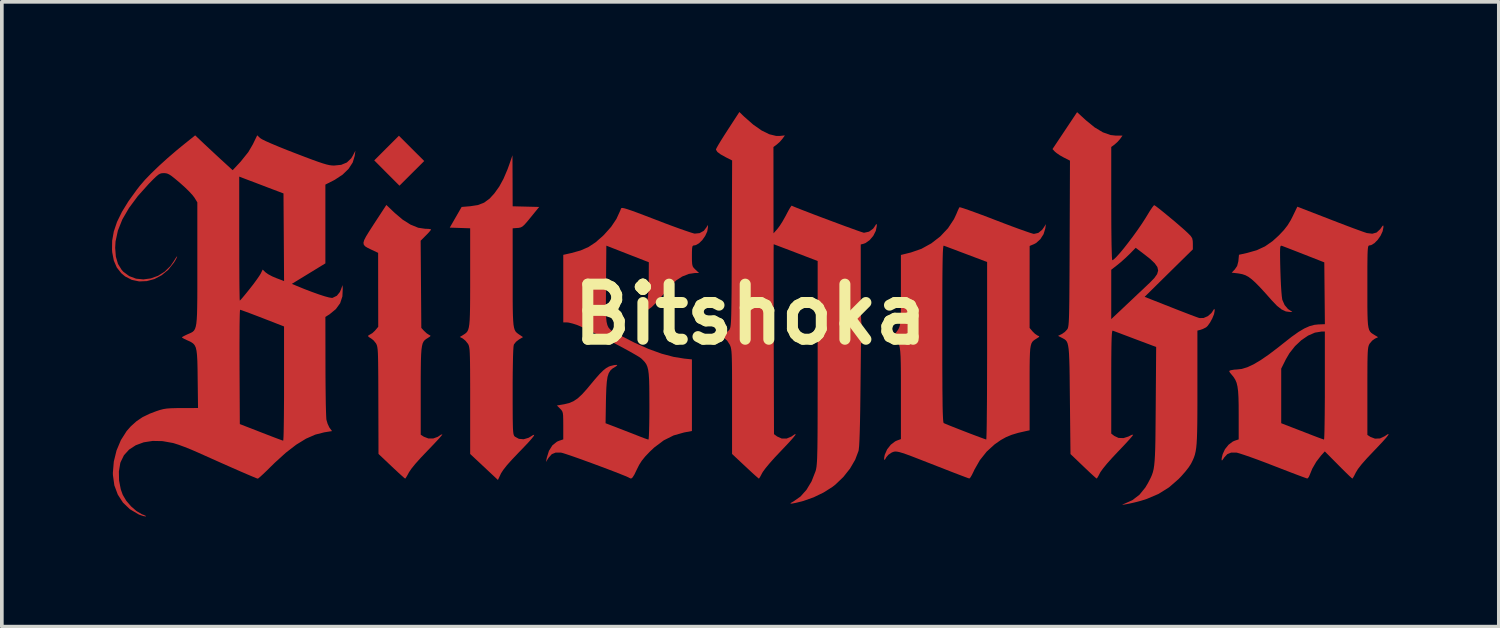
<source format=kicad_pcb>
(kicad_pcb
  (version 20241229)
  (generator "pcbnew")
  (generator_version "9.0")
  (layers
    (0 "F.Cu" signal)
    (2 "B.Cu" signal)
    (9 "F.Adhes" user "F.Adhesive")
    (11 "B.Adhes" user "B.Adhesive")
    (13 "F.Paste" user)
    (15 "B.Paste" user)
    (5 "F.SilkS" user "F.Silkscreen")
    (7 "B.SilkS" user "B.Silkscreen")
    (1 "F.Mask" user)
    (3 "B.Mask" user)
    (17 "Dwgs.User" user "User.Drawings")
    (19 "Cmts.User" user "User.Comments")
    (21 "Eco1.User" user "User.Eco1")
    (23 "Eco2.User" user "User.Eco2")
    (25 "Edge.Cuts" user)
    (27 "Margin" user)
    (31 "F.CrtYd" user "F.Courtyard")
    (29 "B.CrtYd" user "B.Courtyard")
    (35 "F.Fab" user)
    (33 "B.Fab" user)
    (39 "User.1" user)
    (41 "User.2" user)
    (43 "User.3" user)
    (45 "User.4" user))
  (footprint "Bitshoka"
    (layer "F.Cu")
    (at 17.384 5.509)
    (property "Reference" "Bitshoka" (at 0 0 0) (layer "F.SilkS") (effects (font (size 1.5 1.5) (thickness 0.3))))
    (attr board_only exclude_from_pos_files exclude_from_bom)
    (fp_poly (pts (xy -9.228 -4.519) (xy -8.883 -4.175) (xy -9.22 -3.839) (xy -9.557 -3.503) (xy -9.901 -3.847) (xy -10.244 -4.192) (xy -9.908 -4.528) (xy -9.572 -4.863)) (stroke (width 0) (type solid)) (fill yes) (layer "F.Cu"))
    (fp_poly (pts (xy -9.685 -2.76) (xy -9.467 -2.576) (xy -9.252 -2.441) (xy -9.047 -2.358) (xy -8.861 -2.33) (xy -8.769 -2.327) (xy -8.709 -2.318) (xy -8.696 -2.309) (xy -8.717 -2.278) (xy -8.77 -2.217) (xy -8.838 -2.147) (xy -8.98 -2.005) (xy -8.971 -0.817) (xy -8.962 0.37) (xy -8.884 0.454) (xy -8.815 0.518) (xy -8.751 0.559) (xy -8.746 0.561) (xy -8.712 0.58) (xy -8.722 0.602) (xy -8.781 0.641) (xy -8.784 0.643) (xy -8.831 0.672) (xy -8.87 0.703) (xy -8.901 0.741) (xy -8.926 0.793) (xy -8.944 0.865) (xy -8.958 0.963) (xy -8.967 1.092) (xy -8.973 1.259) (xy -8.976 1.47) (xy -8.978 1.731) (xy -8.978 2.047) (xy -8.978 2.089) (xy -8.978 3.277) (xy -8.894 3.332) (xy -8.772 3.379) (xy -8.637 3.38) (xy -8.515 3.336) (xy -8.491 3.32) (xy -8.43 3.279) (xy -8.392 3.267) (xy -8.389 3.268) (xy -8.405 3.294) (xy -8.459 3.358) (xy -8.544 3.451) (xy -8.654 3.568) (xy -8.782 3.701) (xy -8.798 3.718) (xy -8.979 3.908) (xy -9.126 4.072) (xy -9.234 4.206) (xy -9.3 4.304) (xy -9.304 4.313) (xy -9.351 4.399) (xy -9.387 4.457) (xy -9.402 4.473) (xy -9.429 4.453) (xy -9.493 4.396) (xy -9.587 4.311) (xy -9.701 4.205) (xy -9.773 4.137) (xy -10.128 3.801) (xy -10.132 2.346) (xy -10.133 2.006) (xy -10.134 1.723) (xy -10.136 1.491) (xy -10.138 1.304) (xy -10.141 1.158) (xy -10.145 1.045) (xy -10.151 0.961) (xy -10.159 0.9) (xy -10.168 0.856) (xy -10.18 0.824) (xy -10.193 0.797) (xy -10.198 0.789) (xy -10.261 0.711) (xy -10.331 0.655) (xy -10.339 0.651) (xy -10.404 0.61) (xy -10.407 0.575) (xy -10.356 0.548) (xy -10.296 0.512) (xy -10.227 0.448) (xy -10.215 0.434) (xy -10.135 0.339) (xy -10.137 -0.667) (xy -10.138 -1.674) (xy -10.325 -1.762) (xy -10.42 -1.808) (xy -10.488 -1.849) (xy -10.527 -1.893) (xy -10.538 -1.947) (xy -10.518 -2.021) (xy -10.467 -2.121) (xy -10.384 -2.256) (xy -10.269 -2.435) (xy -10.244 -2.473) (xy -9.914 -2.978)) (stroke (width 0) (type solid)) (fill yes) (layer "F.Cu"))
    (fp_poly (pts (xy -6.477 -3.637) (xy -6.475 -2.942) (xy -6.114 -2.933) (xy -5.753 -2.924) (xy -5.982 -2.643) (xy -6.082 -2.521) (xy -6.154 -2.44) (xy -6.209 -2.391) (xy -6.258 -2.366) (xy -6.31 -2.354) (xy -6.343 -2.352) (xy -6.475 -2.342) (xy -6.474 -1.006) (xy -6.474 -0.67) (xy -6.474 -0.39) (xy -6.472 -0.161) (xy -6.468 0.023) (xy -6.461 0.167) (xy -6.452 0.278) (xy -6.438 0.36) (xy -6.42 0.421) (xy -6.397 0.465) (xy -6.367 0.498) (xy -6.332 0.526) (xy -6.295 0.552) (xy -6.193 0.62) (xy -6.303 0.685) (xy -6.383 0.747) (xy -6.438 0.817) (xy -6.444 0.831) (xy -6.452 0.883) (xy -6.459 0.991) (xy -6.465 1.151) (xy -6.469 1.357) (xy -6.473 1.603) (xy -6.475 1.883) (xy -6.475 2.094) (xy -6.475 2.397) (xy -6.474 2.644) (xy -6.473 2.841) (xy -6.47 2.994) (xy -6.467 3.109) (xy -6.461 3.192) (xy -6.454 3.249) (xy -6.444 3.287) (xy -6.432 3.311) (xy -6.417 3.328) (xy -6.415 3.33) (xy -6.305 3.39) (xy -6.175 3.401) (xy -6.043 3.362) (xy -5.998 3.336) (xy -5.921 3.288) (xy -5.888 3.279) (xy -5.899 3.311) (xy -5.955 3.383) (xy -6.055 3.496) (xy -6.202 3.651) (xy -6.304 3.756) (xy -6.488 3.949) (xy -6.629 4.106) (xy -6.728 4.232) (xy -6.791 4.329) (xy -6.801 4.35) (xy -6.876 4.51) (xy -7.254 4.156) (xy -7.632 3.802) (xy -7.632 2.35) (xy -7.632 2.011) (xy -7.633 1.728) (xy -7.634 1.496) (xy -7.636 1.31) (xy -7.639 1.164) (xy -7.643 1.052) (xy -7.648 0.969) (xy -7.656 0.908) (xy -7.665 0.865) (xy -7.676 0.833) (xy -7.69 0.806) (xy -7.694 0.8) (xy -7.758 0.72) (xy -7.829 0.661) (xy -7.834 0.658) (xy -7.913 0.616) (xy -7.821 0.56) (xy -7.777 0.532) (xy -7.741 0.504) (xy -7.711 0.469) (xy -7.687 0.422) (xy -7.669 0.358) (xy -7.655 0.27) (xy -7.645 0.152) (xy -7.639 -0.000221) (xy -7.635 -0.193) (xy -7.633 -0.433) (xy -7.632 -0.724) (xy -7.632 -1.013) (xy -7.632 -2.343) (xy -7.91 -2.352) (xy -8.188 -2.361) (xy -8.026 -2.643) (xy -7.864 -2.924) (xy -7.626 -2.944) (xy -7.419 -2.976) (xy -7.251 -3.042) (xy -7.104 -3.15) (xy -6.974 -3.292) (xy -6.84 -3.479) (xy -6.724 -3.692) (xy -6.616 -3.945) (xy -6.566 -4.082) (xy -6.48 -4.332)) (stroke (width 0) (type solid)) (fill yes) (layer "F.Cu"))
    (fp_poly (pts (xy 5.723 -2.911) (xy 5.807 -2.885) (xy 5.935 -2.841) (xy 6.101 -2.781) (xy 6.297 -2.709) (xy 6.517 -2.626) (xy 6.677 -2.564) (xy 6.912 -2.474) (xy 7.13 -2.392) (xy 7.326 -2.32) (xy 7.49 -2.262) (xy 7.615 -2.219) (xy 7.695 -2.195) (xy 7.719 -2.19) (xy 7.838 -2.217) (xy 7.94 -2.3) (xy 7.981 -2.356) (xy 8.045 -2.456) (xy 8.027 -2.334) (xy 7.981 -2.183) (xy 7.894 -2.047) (xy 7.781 -1.944) (xy 7.724 -1.913) (xy 7.602 -1.862) (xy 7.601 -0.746) (xy 7.601 0.37) (xy 7.681 0.465) (xy 7.749 0.532) (xy 7.815 0.576) (xy 7.824 0.58) (xy 7.863 0.596) (xy 7.856 0.616) (xy 7.801 0.654) (xy 7.795 0.657) (xy 7.747 0.687) (xy 7.707 0.716) (xy 7.675 0.749) (xy 7.65 0.795) (xy 7.632 0.857) (xy 7.618 0.944) (xy 7.61 1.061) (xy 7.605 1.214) (xy 7.602 1.411) (xy 7.601 1.656) (xy 7.601 1.956) (xy 7.601 2.008) (xy 7.601 3.158) (xy 7.515 3.176) (xy 7.29 3.227) (xy 7.111 3.281) (xy 6.959 3.344) (xy 6.817 3.423) (xy 6.668 3.527) (xy 6.642 3.546) (xy 6.432 3.738) (xy 6.246 3.972) (xy 6.098 4.231) (xy 6.079 4.273) (xy 6.031 4.371) (xy 5.989 4.442) (xy 5.961 4.47) (xy 5.96 4.47) (xy 5.923 4.458) (xy 5.836 4.426) (xy 5.707 4.377) (xy 5.542 4.314) (xy 5.349 4.239) (xy 5.137 4.156) (xy 5.098 4.141) (xy 4.814 4.03) (xy 4.581 3.939) (xy 4.395 3.867) (xy 4.249 3.813) (xy 4.136 3.775) (xy 4.052 3.75) (xy 3.989 3.738) (xy 3.942 3.735) (xy 3.904 3.741) (xy 3.87 3.753) (xy 3.841 3.766) (xy 3.758 3.822) (xy 3.699 3.89) (xy 3.694 3.9) (xy 3.661 3.957) (xy 3.641 3.96) (xy 3.64 3.913) (xy 3.657 3.824) (xy 3.659 3.819) (xy 3.721 3.677) (xy 3.821 3.55) (xy 3.941 3.458) (xy 3.99 3.436) (xy 4.097 3.397) (xy 4.097 2.164) (xy 4.097 1.832) (xy 4.096 1.557) (xy 4.093 1.333) (xy 4.088 1.154) (xy 4.079 1.014) (xy 4.066 0.908) (xy 4.048 0.829) (xy 4.025 0.772) (xy 3.996 0.731) (xy 3.959 0.701) (xy 3.915 0.675) (xy 3.9 0.667) (xy 3.805 0.618) (xy 3.89 0.567) (xy 3.935 0.526) (xy 5.224 0.526) (xy 5.224 0.991) (xy 5.224 1.396) (xy 5.226 1.746) (xy 5.227 2.043) (xy 5.23 2.292) (xy 5.232 2.496) (xy 5.236 2.658) (xy 5.241 2.781) (xy 5.246 2.869) (xy 5.252 2.927) (xy 5.259 2.956) (xy 5.263 2.961) (xy 5.303 2.979) (xy 5.39 3.015) (xy 5.512 3.064) (xy 5.657 3.121) (xy 5.816 3.183) (xy 5.976 3.245) (xy 6.127 3.302) (xy 6.258 3.351) (xy 6.357 3.387) (xy 6.412 3.406) (xy 6.42 3.408) (xy 6.424 3.378) (xy 6.427 3.29) (xy 6.431 3.148) (xy 6.434 2.959) (xy 6.436 2.726) (xy 6.439 2.455) (xy 6.441 2.149) (xy 6.442 1.814) (xy 6.443 1.455) (xy 6.444 1.075) (xy 6.444 0.992) (xy 6.444 -1.425) (xy 5.873 -1.641) (xy 5.694 -1.708) (xy 5.534 -1.769) (xy 5.403 -1.818) (xy 5.309 -1.853) (xy 5.264 -1.87) (xy 5.263 -1.87) (xy 5.255 -1.861) (xy 5.249 -1.827) (xy 5.243 -1.763) (xy 5.238 -1.667) (xy 5.234 -1.535) (xy 5.231 -1.363) (xy 5.228 -1.149) (xy 5.226 -0.888) (xy 5.225 -0.577) (xy 5.224 -0.213) (xy 5.224 0.208) (xy 5.224 0.526) (xy 3.935 0.526) (xy 3.957 0.506) (xy 4.021 0.417) (xy 4.036 0.389) (xy 4.054 0.348) (xy 4.067 0.304) (xy 4.078 0.247) (xy 4.086 0.171) (xy 4.091 0.068) (xy 4.095 -0.07) (xy 4.097 -0.25) (xy 4.097 -0.479) (xy 4.097 -0.678) (xy 4.097 -1.617) (xy 4.368 -1.684) (xy 4.654 -1.783) (xy 4.924 -1.932) (xy 5.169 -2.122) (xy 5.378 -2.344) (xy 5.541 -2.591) (xy 5.605 -2.727) (xy 5.644 -2.821) (xy 5.677 -2.892) (xy 5.691 -2.916)) (stroke (width 0) (type solid)) (fill yes) (layer "F.Cu"))
    (fp_poly (pts (xy -0.175 -5.386) (xy 0.074 -5.167) (xy 0.304 -5.006) (xy 0.514 -4.903) (xy 0.703 -4.857) (xy 0.805 -4.858) (xy 0.937 -4.872) (xy 0.872 -4.781) (xy 0.798 -4.695) (xy 0.716 -4.623) (xy 0.626 -4.556) (xy 0.627 -3.381) (xy 0.628 -2.206) (xy 0.733 -2.325) (xy 0.796 -2.408) (xy 0.872 -2.527) (xy 0.947 -2.66) (xy 0.972 -2.707) (xy 1.031 -2.819) (xy 1.081 -2.905) (xy 1.114 -2.953) (xy 1.123 -2.959) (xy 1.169 -2.938) (xy 1.264 -2.899) (xy 1.399 -2.846) (xy 1.565 -2.782) (xy 1.754 -2.709) (xy 1.958 -2.632) (xy 2.169 -2.553) (xy 2.376 -2.476) (xy 2.572 -2.403) (xy 2.749 -2.339) (xy 2.898 -2.285) (xy 3.01 -2.246) (xy 3.077 -2.225) (xy 3.091 -2.221) (xy 3.229 -2.251) (xy 3.341 -2.334) (xy 3.378 -2.385) (xy 3.418 -2.448) (xy 3.436 -2.461) (xy 3.44 -2.427) (xy 3.44 -2.409) (xy 3.413 -2.273) (xy 3.344 -2.137) (xy 3.245 -2.02) (xy 3.13 -1.94) (xy 3.076 -1.92) (xy 3.003 -1.902) (xy 3.003 -0.793) (xy 3.003 -0.483) (xy 3.004 -0.229) (xy 3.008 -0.025) (xy 3.013 0.135) (xy 3.022 0.257) (xy 3.036 0.347) (xy 3.054 0.412) (xy 3.078 0.457) (xy 3.108 0.49) (xy 3.146 0.515) (xy 3.17 0.528) (xy 3.248 0.57) (xy 3.128 0.684) (xy 3.009 0.797) (xy 2.994 2.189) (xy 2.989 2.581) (xy 2.983 2.918) (xy 2.976 3.199) (xy 2.968 3.422) (xy 2.959 3.586) (xy 2.948 3.689) (xy 2.943 3.718) (xy 2.852 3.958) (xy 2.711 4.2) (xy 2.529 4.429) (xy 2.316 4.633) (xy 2.228 4.702) (xy 1.99 4.852) (xy 1.719 4.983) (xy 1.442 5.081) (xy 1.387 5.096) (xy 1.23 5.134) (xy 1.131 5.153) (xy 1.088 5.154) (xy 1.099 5.136) (xy 1.161 5.1) (xy 1.173 5.093) (xy 1.36 4.963) (xy 1.525 4.779) (xy 1.664 4.548) (xy 1.77 4.277) (xy 1.773 4.269) (xy 1.783 4.234) (xy 1.791 4.194) (xy 1.799 4.145) (xy 1.805 4.084) (xy 1.811 4.007) (xy 1.816 3.908) (xy 1.819 3.785) (xy 1.823 3.632) (xy 1.825 3.447) (xy 1.827 3.224) (xy 1.828 2.96) (xy 1.829 2.65) (xy 1.829 2.291) (xy 1.83 1.879) (xy 1.83 1.409) (xy 1.83 1.315) (xy 1.83 -1.452) (xy 1.236 -1.68) (xy 1.056 -1.749) (xy 0.897 -1.809) (xy 0.768 -1.858) (xy 0.678 -1.892) (xy 0.635 -1.908) (xy 0.633 -1.908) (xy 0.632 -1.878) (xy 0.631 -1.789) (xy 0.63 -1.648) (xy 0.63 -1.457) (xy 0.63 -1.222) (xy 0.63 -0.948) (xy 0.63 -0.639) (xy 0.631 -0.3) (xy 0.632 0.065) (xy 0.633 0.452) (xy 0.633 0.677) (xy 0.641 3.262) (xy 0.727 3.326) (xy 0.85 3.381) (xy 0.985 3.382) (xy 1.114 3.329) (xy 1.128 3.319) (xy 1.202 3.268) (xy 1.232 3.259) (xy 1.219 3.29) (xy 1.161 3.363) (xy 1.059 3.478) (xy 0.911 3.635) (xy 0.82 3.731) (xy 0.66 3.9) (xy 0.523 4.054) (xy 0.414 4.185) (xy 0.34 4.285) (xy 0.315 4.328) (xy 0.272 4.41) (xy 0.24 4.462) (xy 0.229 4.473) (xy 0.203 4.452) (xy 0.138 4.396) (xy 0.045 4.312) (xy -0.069 4.206) (xy -0.143 4.137) (xy -0.501 3.802) (xy -0.501 2.38) (xy -0.501 2.044) (xy -0.501 1.765) (xy -0.502 1.537) (xy -0.504 1.353) (xy -0.507 1.209) (xy -0.511 1.098) (xy -0.517 1.014) (xy -0.525 0.951) (xy -0.534 0.904) (xy -0.546 0.867) (xy -0.561 0.833) (xy -0.566 0.822) (xy -0.636 0.715) (xy -0.719 0.642) (xy -0.728 0.636) (xy -0.824 0.587) (xy -0.727 0.546) (xy -0.639 0.489) (xy -0.573 0.418) (xy -0.562 0.398) (xy -0.553 0.373) (xy -0.545 0.337) (xy -0.538 0.286) (xy -0.532 0.215) (xy -0.527 0.121) (xy -0.523 -0.002) (xy -0.52 -0.157) (xy -0.517 -0.349) (xy -0.514 -0.582) (xy -0.512 -0.861) (xy -0.511 -1.191) (xy -0.509 -1.574) (xy -0.508 -1.93) (xy -0.499 -4.19) (xy -0.664 -4.273) (xy -0.81 -4.354) (xy -0.9 -4.421) (xy -0.937 -4.479) (xy -0.939 -4.492) (xy -0.922 -4.53) (xy -0.877 -4.61) (xy -0.807 -4.726) (xy -0.719 -4.866) (xy -0.62 -5.02) (xy -0.302 -5.509)) (stroke (width 0) (type solid)) (fill yes) (layer "F.Cu"))
    (fp_poly (pts (xy -3.433 -2.887) (xy -3.354 -2.864) (xy -3.242 -2.826) (xy -3.09 -2.771) (xy -2.892 -2.696) (xy -2.644 -2.601) (xy -2.573 -2.574) (xy -2.34 -2.484) (xy -2.12 -2.402) (xy -1.922 -2.33) (xy -1.753 -2.271) (xy -1.622 -2.227) (xy -1.538 -2.202) (xy -1.516 -2.198) (xy -1.385 -2.211) (xy -1.27 -2.275) (xy -1.192 -2.377) (xy -1.187 -2.389) (xy -1.168 -2.429) (xy -1.16 -2.415) (xy -1.158 -2.366) (xy -1.177 -2.255) (xy -1.232 -2.136) (xy -1.31 -2.024) (xy -1.4 -1.935) (xy -1.491 -1.884) (xy -1.532 -1.877) (xy -1.562 -1.872) (xy -1.58 -1.849) (xy -1.589 -1.797) (xy -1.593 -1.703) (xy -1.594 -1.592) (xy -1.593 -1.456) (xy -1.587 -1.368) (xy -1.573 -1.309) (xy -1.546 -1.266) (xy -1.501 -1.221) (xy -1.497 -1.217) (xy -1.4 -1.126) (xy -1.507 -1.126) (xy -1.678 -1.101) (xy -1.856 -1.031) (xy -2.016 -0.928) (xy -2.028 -0.918) (xy -2.099 -0.85) (xy -2.195 -0.747) (xy -2.305 -0.624) (xy -2.412 -0.496) (xy -2.565 -0.319) (xy -2.696 -0.192) (xy -2.812 -0.111) (xy -2.918 -0.07) (xy -2.989 -0.062) (xy -3.073 -0.062) (xy -2.967 -0.134) (xy -2.901 -0.188) (xy -2.851 -0.255) (xy -2.815 -0.344) (xy -2.792 -0.464) (xy -2.778 -0.624) (xy -2.771 -0.834) (xy -2.77 -0.936) (xy -2.767 -1.418) (xy -3.346 -1.644) (xy -3.924 -1.87) (xy -3.933 -0.802) (xy -3.935 -0.503) (xy -3.937 -0.26) (xy -3.936 -0.066) (xy -3.93 0.086) (xy -3.918 0.203) (xy -3.897 0.291) (xy -3.867 0.357) (xy -3.825 0.408) (xy -3.77 0.451) (xy -3.7 0.492) (xy -3.613 0.538) (xy -3.578 0.557) (xy -3.156 0.773) (xy -2.771 0.944) (xy -2.417 1.072) (xy -2.09 1.159) (xy -1.805 1.205) (xy -1.594 1.227) (xy -1.594 2.202) (xy -1.594 3.177) (xy -1.805 3.216) (xy -2.092 3.297) (xy -2.362 3.432) (xy -2.619 3.625) (xy -2.737 3.736) (xy -2.866 3.871) (xy -2.959 3.986) (xy -3.031 4.099) (xy -3.096 4.229) (xy -3.097 4.231) (xy -3.161 4.364) (xy -3.211 4.443) (xy -3.251 4.473) (xy -3.287 4.459) (xy -3.287 4.459) (xy -3.326 4.438) (xy -3.416 4.399) (xy -3.546 4.347) (xy -3.709 4.283) (xy -3.895 4.212) (xy -4.095 4.137) (xy -4.302 4.06) (xy -4.505 3.986) (xy -4.696 3.917) (xy -4.867 3.857) (xy -5.007 3.81) (xy -5.109 3.777) (xy -5.163 3.764) (xy -5.303 3.764) (xy -5.409 3.807) (xy -5.494 3.902) (xy -5.506 3.92) (xy -5.567 4.02) (xy -5.547 3.91) (xy -5.487 3.717) (xy -5.393 3.567) (xy -5.268 3.467) (xy -5.206 3.441) (xy -5.097 3.405) (xy -5.097 3.03) (xy -5.098 2.871) (xy -5.101 2.761) (xy -5.109 2.689) (xy -5.125 2.64) (xy -5.151 2.602) (xy -5.184 2.568) (xy -5.27 2.482) (xy -5.071 2.448) (xy -4.938 2.416) (xy -4.82 2.366) (xy -4.706 2.29) (xy -4.586 2.179) (xy -4.449 2.027) (xy -4.377 1.94) (xy -4.228 1.761) (xy -4.108 1.625) (xy -4.01 1.528) (xy -3.928 1.463) (xy -3.855 1.422) (xy -3.813 1.407) (xy -3.706 1.381) (xy -3.642 1.376) (xy -3.627 1.389) (xy -3.666 1.421) (xy -3.689 1.434) (xy -3.762 1.48) (xy -3.818 1.534) (xy -3.86 1.605) (xy -3.891 1.701) (xy -3.911 1.831) (xy -3.924 2.003) (xy -3.932 2.226) (xy -3.935 2.35) (xy -3.945 2.965) (xy -3.56 3.113) (xy -3.395 3.177) (xy -3.232 3.24) (xy -3.09 3.296) (xy -2.988 3.336) (xy -2.888 3.374) (xy -2.811 3.401) (xy -2.777 3.41) (xy -2.771 3.38) (xy -2.765 3.295) (xy -2.76 3.163) (xy -2.756 2.991) (xy -2.753 2.788) (xy -2.752 2.56) (xy -2.752 2.479) (xy -2.753 2.191) (xy -2.755 1.957) (xy -2.76 1.771) (xy -2.77 1.626) (xy -2.785 1.513) (xy -2.807 1.427) (xy -2.837 1.358) (xy -2.877 1.3) (xy -2.927 1.246) (xy -2.974 1.201) (xy -3.03 1.161) (xy -3.134 1.099) (xy -3.276 1.018) (xy -3.446 0.925) (xy -3.637 0.823) (xy -3.838 0.718) (xy -4.042 0.613) (xy -4.238 0.515) (xy -4.417 0.427) (xy -4.571 0.355) (xy -4.691 0.302) (xy -4.731 0.286) (xy -4.845 0.25) (xy -4.949 0.225) (xy -5.005 0.219) (xy -5.097 0.219) (xy -5.097 -0.7) (xy -5.097 -1.62) (xy -4.869 -1.671) (xy -4.623 -1.74) (xy -4.411 -1.833) (xy -4.217 -1.961) (xy -4.02 -2.134) (xy -3.986 -2.167) (xy -3.794 -2.382) (xy -3.65 -2.597) (xy -3.543 -2.83) (xy -3.524 -2.883) (xy -3.512 -2.894) (xy -3.484 -2.897)) (stroke (width 0) (type solid)) (fill yes) (layer "F.Cu"))
    (fp_poly (pts (xy 9.132 -5.286) (xy 9.371 -5.091) (xy 9.596 -4.956) (xy 9.807 -4.882) (xy 9.953 -4.866) (xy 10.13 -4.866) (xy 10.068 -4.779) (xy 9.996 -4.696) (xy 9.915 -4.624) (xy 9.824 -4.557) (xy 9.824 -3.015) (xy 9.825 -2.69) (xy 9.826 -2.392) (xy 9.829 -2.128) (xy 9.832 -1.901) (xy 9.837 -1.717) (xy 9.841 -1.581) (xy 9.847 -1.498) (xy 9.852 -1.472) (xy 9.895 -1.497) (xy 9.966 -1.566) (xy 10.061 -1.671) (xy 10.171 -1.804) (xy 10.292 -1.959) (xy 10.418 -2.126) (xy 10.542 -2.298) (xy 10.658 -2.467) (xy 10.76 -2.625) (xy 10.803 -2.696) (xy 10.873 -2.811) (xy 10.934 -2.903) (xy 10.978 -2.96) (xy 10.993 -2.973) (xy 11.025 -2.954) (xy 11.096 -2.901) (xy 11.195 -2.823) (xy 11.315 -2.725) (xy 11.447 -2.616) (xy 11.581 -2.504) (xy 11.708 -2.394) (xy 11.82 -2.296) (xy 11.907 -2.216) (xy 11.912 -2.211) (xy 11.988 -2.134) (xy 12.028 -2.071) (xy 12.043 -1.999) (xy 12.046 -1.927) (xy 12.046 -1.769) (xy 11.389 -1.123) (xy 10.733 -0.476) (xy 11.444 -0.196) (xy 11.645 -0.117) (xy 11.831 -0.045) (xy 11.992 0.017) (xy 12.118 0.064) (xy 12.202 0.094) (xy 12.23 0.102) (xy 12.339 0.099) (xy 12.453 0.05) (xy 12.549 -0.033) (xy 12.576 -0.071) (xy 12.617 -0.135) (xy 12.635 -0.149) (xy 12.639 -0.116) (xy 12.639 -0.094) (xy 12.622 -0.003) (xy 12.576 0.11) (xy 12.514 0.224) (xy 12.448 0.316) (xy 12.407 0.354) (xy 12.318 0.399) (xy 12.252 0.422) (xy 12.17 0.443) (xy 12.17 1.997) (xy 12.17 2.372) (xy 12.169 2.691) (xy 12.167 2.958) (xy 12.163 3.181) (xy 12.157 3.364) (xy 12.149 3.514) (xy 12.137 3.637) (xy 12.121 3.737) (xy 12.101 3.822) (xy 12.076 3.897) (xy 12.046 3.967) (xy 12.011 4.039) (xy 11.99 4.078) (xy 11.932 4.167) (xy 11.842 4.282) (xy 11.734 4.405) (xy 11.655 4.487) (xy 11.394 4.713) (xy 11.111 4.89) (xy 10.792 5.026) (xy 10.638 5.075) (xy 10.531 5.104) (xy 10.419 5.131) (xy 10.312 5.155) (xy 10.221 5.172) (xy 10.155 5.183) (xy 10.125 5.184) (xy 10.141 5.173) (xy 10.168 5.163) (xy 10.399 5.06) (xy 10.592 4.912) (xy 10.753 4.714) (xy 10.825 4.592) (xy 10.867 4.512) (xy 10.903 4.44) (xy 10.933 4.37) (xy 10.958 4.296) (xy 10.978 4.212) (xy 10.993 4.113) (xy 11.005 3.992) (xy 11.014 3.844) (xy 11.021 3.663) (xy 11.026 3.443) (xy 11.029 3.178) (xy 11.032 2.862) (xy 11.035 2.49) (xy 11.035 2.485) (xy 11.047 0.889) (xy 10.475 0.674) (xy 10.296 0.606) (xy 10.136 0.546) (xy 10.004 0.496) (xy 9.91 0.461) (xy 9.865 0.444) (xy 9.863 0.443) (xy 9.854 0.452) (xy 9.846 0.488) (xy 9.839 0.556) (xy 9.834 0.66) (xy 9.83 0.806) (xy 9.827 0.996) (xy 9.825 1.237) (xy 9.824 1.531) (xy 9.824 1.838) (xy 9.824 3.247) (xy 9.907 3.311) (xy 10.022 3.365) (xy 10.158 3.37) (xy 10.293 3.327) (xy 10.317 3.314) (xy 10.381 3.282) (xy 10.416 3.277) (xy 10.419 3.282) (xy 10.398 3.313) (xy 10.34 3.382) (xy 10.252 3.48) (xy 10.14 3.6) (xy 10.011 3.735) (xy 10.002 3.744) (xy 9.841 3.916) (xy 9.704 4.07) (xy 9.599 4.199) (xy 9.53 4.295) (xy 9.515 4.323) (xy 9.472 4.406) (xy 9.439 4.46) (xy 9.427 4.471) (xy 9.4 4.451) (xy 9.336 4.394) (xy 9.243 4.309) (xy 9.13 4.202) (xy 9.062 4.137) (xy 8.714 3.804) (xy 8.698 2.329) (xy 8.694 1.974) (xy 8.691 1.676) (xy 8.687 1.43) (xy 8.681 1.23) (xy 8.674 1.071) (xy 8.664 0.948) (xy 8.65 0.855) (xy 8.633 0.787) (xy 8.611 0.738) (xy 8.583 0.703) (xy 8.549 0.677) (xy 8.507 0.654) (xy 8.474 0.637) (xy 8.376 0.586) (xy 8.473 0.539) (xy 8.56 0.48) (xy 8.626 0.409) (xy 8.637 0.39) (xy 8.646 0.365) (xy 8.654 0.328) (xy 8.661 0.276) (xy 8.667 0.204) (xy 8.672 0.108) (xy 8.676 -0.017) (xy 8.679 -0.175) (xy 8.682 -0.37) (xy 8.684 -0.607) (xy 8.686 -0.891) (xy 8.688 -1.214) (xy 9.824 -1.214) (xy 9.824 -0.542) (xy 9.824 0.13) (xy 10.234 -0.257) (xy 10.387 -0.401) (xy 10.544 -0.55) (xy 10.692 -0.689) (xy 10.816 -0.807) (xy 10.875 -0.862) (xy 10.997 -0.988) (xy 11.073 -1.095) (xy 11.101 -1.192) (xy 11.08 -1.288) (xy 11.007 -1.391) (xy 10.883 -1.509) (xy 10.738 -1.623) (xy 10.49 -1.812) (xy 10.322 -1.64) (xy 10.21 -1.533) (xy 10.086 -1.422) (xy 9.988 -1.342) (xy 9.824 -1.214) (xy 8.688 -1.214) (xy 8.688 -1.225) (xy 8.69 -1.614) (xy 8.691 -1.929) (xy 8.7 -4.185) (xy 8.528 -4.272) (xy 8.423 -4.331) (xy 8.333 -4.393) (xy 8.29 -4.429) (xy 8.224 -4.5) (xy 8.559 -5.002) (xy 8.894 -5.505)) (stroke (width 0) (type solid)) (fill yes) (layer "F.Cu"))
    (fp_poly (pts (xy 15.77 -2.591) (xy 15.997 -2.503) (xy 16.212 -2.421) (xy 16.406 -2.348) (xy 16.57 -2.288) (xy 16.695 -2.243) (xy 16.773 -2.217) (xy 16.785 -2.213) (xy 16.932 -2.195) (xy 17.049 -2.228) (xy 17.146 -2.318) (xy 17.164 -2.343) (xy 17.209 -2.407) (xy 17.23 -2.422) (xy 17.235 -2.392) (xy 17.235 -2.374) (xy 17.213 -2.261) (xy 17.158 -2.141) (xy 17.079 -2.028) (xy 16.99 -1.938) (xy 16.901 -1.885) (xy 16.858 -1.877) (xy 16.842 -1.875) (xy 16.829 -1.864) (xy 16.819 -1.84) (xy 16.812 -1.795) (xy 16.806 -1.724) (xy 16.802 -1.621) (xy 16.8 -1.48) (xy 16.798 -1.294) (xy 16.798 -1.058) (xy 16.798 -0.765) (xy 16.798 -0.757) (xy 16.798 -0.452) (xy 16.798 -0.203) (xy 16.801 -0.004) (xy 16.806 0.152) (xy 16.814 0.271) (xy 16.828 0.359) (xy 16.846 0.423) (xy 16.871 0.469) (xy 16.903 0.504) (xy 16.944 0.533) (xy 16.994 0.564) (xy 16.994 0.564) (xy 17.09 0.622) (xy 17.006 0.661) (xy 16.931 0.714) (xy 16.864 0.792) (xy 16.859 0.799) (xy 16.844 0.827) (xy 16.831 0.86) (xy 16.821 0.904) (xy 16.813 0.965) (xy 16.807 1.05) (xy 16.803 1.165) (xy 16.8 1.316) (xy 16.799 1.51) (xy 16.798 1.753) (xy 16.798 2.051) (xy 16.798 2.091) (xy 16.798 3.283) (xy 16.88 3.337) (xy 17.006 3.385) (xy 17.143 3.379) (xy 17.269 3.319) (xy 17.345 3.268) (xy 17.377 3.258) (xy 17.364 3.29) (xy 17.307 3.363) (xy 17.207 3.475) (xy 17.064 3.627) (xy 16.979 3.716) (xy 16.788 3.917) (xy 16.643 4.081) (xy 16.542 4.211) (xy 16.483 4.308) (xy 16.482 4.31) (xy 16.438 4.397) (xy 16.404 4.456) (xy 16.389 4.472) (xy 16.363 4.451) (xy 16.3 4.393) (xy 16.209 4.305) (xy 16.097 4.194) (xy 16.006 4.102) (xy 15.639 3.732) (xy 15.534 3.848) (xy 15.406 4.015) (xy 15.298 4.202) (xy 15.235 4.356) (xy 15.203 4.43) (xy 15.169 4.468) (xy 15.161 4.47) (xy 15.123 4.458) (xy 15.035 4.426) (xy 14.904 4.377) (xy 14.737 4.314) (xy 14.542 4.239) (xy 14.326 4.155) (xy 14.248 4.125) (xy 14.021 4.037) (xy 13.805 3.956) (xy 13.611 3.886) (xy 13.446 3.829) (xy 13.32 3.788) (xy 13.241 3.766) (xy 13.229 3.764) (xy 13.089 3.764) (xy 12.984 3.807) (xy 12.898 3.9) (xy 12.886 3.92) (xy 12.846 3.975) (xy 12.828 3.972) (xy 12.832 3.914) (xy 12.858 3.808) (xy 12.92 3.673) (xy 13.017 3.552) (xy 13.133 3.464) (xy 13.186 3.441) (xy 13.294 3.405) (xy 13.294 2.733) (xy 13.293 2.469) (xy 13.288 2.259) (xy 13.278 2.094) (xy 13.261 1.966) (xy 13.237 1.865) (xy 13.203 1.784) (xy 13.159 1.713) (xy 13.119 1.663) (xy 13.059 1.591) (xy 13.036 1.552) (xy 13.048 1.533) (xy 13.084 1.521) (xy 13.171 1.506) (xy 13.237 1.502) (xy 13.375 1.487) (xy 13.406 1.478) (xy 14.452 1.478) (xy 14.452 2.222) (xy 14.452 2.965) (xy 14.741 3.077) (xy 14.91 3.142) (xy 15.101 3.216) (xy 15.276 3.284) (xy 15.312 3.298) (xy 15.435 3.345) (xy 15.536 3.382) (xy 15.601 3.405) (xy 15.617 3.409) (xy 15.622 3.379) (xy 15.626 3.292) (xy 15.63 3.155) (xy 15.633 2.974) (xy 15.636 2.755) (xy 15.638 2.504) (xy 15.64 2.226) (xy 15.64 1.94) (xy 15.64 0.469) (xy 15.548 0.469) (xy 15.37 0.498) (xy 15.184 0.579) (xy 15 0.704) (xy 14.827 0.867) (xy 14.676 1.058) (xy 14.577 1.227) (xy 14.452 1.478) (xy 13.406 1.478) (xy 13.527 1.441) (xy 13.698 1.362) (xy 13.894 1.246) (xy 14.12 1.09) (xy 14.379 0.893) (xy 14.517 0.783) (xy 14.738 0.61) (xy 14.924 0.478) (xy 15.083 0.384) (xy 15.225 0.321) (xy 15.356 0.286) (xy 15.461 0.275) (xy 15.641 0.268) (xy 15.633 -0.574) (xy 15.625 -1.415) (xy 15.077 -1.63) (xy 14.901 -1.699) (xy 14.742 -1.761) (xy 14.61 -1.812) (xy 14.516 -1.848) (xy 14.471 -1.865) (xy 14.451 -1.868) (xy 14.437 -1.861) (xy 14.427 -1.834) (xy 14.422 -1.781) (xy 14.42 -1.694) (xy 14.421 -1.566) (xy 14.424 -1.388) (xy 14.429 -1.2) (xy 14.436 -0.991) (xy 14.445 -0.796) (xy 14.456 -0.626) (xy 14.468 -0.492) (xy 14.48 -0.406) (xy 14.484 -0.391) (xy 14.545 -0.253) (xy 14.636 -0.145) (xy 14.717 -0.092) (xy 14.754 -0.074) (xy 14.736 -0.066) (xy 14.693 -0.064) (xy 14.578 -0.079) (xy 14.462 -0.133) (xy 14.337 -0.232) (xy 14.199 -0.376) (xy 14.018 -0.58) (xy 13.87 -0.741) (xy 13.749 -0.864) (xy 13.647 -0.956) (xy 13.559 -1.021) (xy 13.477 -1.065) (xy 13.394 -1.093) (xy 13.303 -1.111) (xy 13.259 -1.117) (xy 13.103 -1.135) (xy 13.188 -1.223) (xy 13.252 -1.317) (xy 13.284 -1.44) (xy 13.287 -1.466) (xy 13.302 -1.622) (xy 13.526 -1.672) (xy 13.786 -1.746) (xy 14.01 -1.85) (xy 14.216 -1.993) (xy 14.389 -2.151) (xy 14.525 -2.295) (xy 14.626 -2.425) (xy 14.711 -2.564) (xy 14.761 -2.662) (xy 14.891 -2.931)) (stroke (width 0) (type solid)) (fill yes) (layer "F.Cu"))
    (fp_poly (pts (xy -13.354 -4.801) (xy -13.302 -4.768) (xy -13.195 -4.715) (xy -13.041 -4.647) (xy -12.843 -4.564) (xy -12.607 -4.469) (xy -12.403 -4.39) (xy -12.145 -4.291) (xy -11.938 -4.213) (xy -11.774 -4.154) (xy -11.646 -4.111) (xy -11.545 -4.081) (xy -11.465 -4.063) (xy -11.398 -4.054) (xy -11.339 -4.051) (xy -11.143 -4.071) (xy -10.989 -4.135) (xy -10.873 -4.246) (xy -10.829 -4.317) (xy -10.757 -4.456) (xy -10.776 -4.316) (xy -10.83 -4.135) (xy -10.942 -3.962) (xy -11.106 -3.803) (xy -11.317 -3.664) (xy -11.362 -3.64) (xy -11.574 -3.533) (xy -11.574 -2.461) (xy -11.574 -1.388) (xy -12.03 -1.109) (xy -12.487 -0.83) (xy -12.366 -0.779) (xy -12.149 -0.69) (xy -11.942 -0.611) (xy -11.755 -0.544) (xy -11.596 -0.492) (xy -11.473 -0.459) (xy -11.396 -0.447) (xy -11.381 -0.448) (xy -11.262 -0.506) (xy -11.18 -0.607) (xy -11.15 -0.677) (xy -11.107 -0.796) (xy -11.101 -0.703) (xy -11.111 -0.488) (xy -11.172 -0.303) (xy -11.289 -0.142) (xy -11.463 0.001) (xy -11.488 0.016) (xy -11.574 0.071) (xy -11.572 1.405) (xy -11.571 1.693) (xy -11.569 1.966) (xy -11.566 2.217) (xy -11.563 2.439) (xy -11.558 2.623) (xy -11.553 2.763) (xy -11.548 2.852) (xy -11.545 2.874) (xy -11.513 2.981) (xy -11.468 3.077) (xy -11.456 3.095) (xy -11.393 3.179) (xy -11.606 3.213) (xy -11.849 3.275) (xy -12.102 3.386) (xy -12.369 3.55) (xy -12.651 3.768) (xy -12.952 4.041) (xy -13.051 4.138) (xy -13.169 4.255) (xy -13.273 4.354) (xy -13.354 4.428) (xy -13.404 4.469) (xy -13.414 4.474) (xy -13.452 4.462) (xy -13.543 4.424) (xy -13.685 4.364) (xy -13.873 4.283) (xy -14.104 4.182) (xy -14.375 4.062) (xy -14.682 3.925) (xy -15.021 3.773) (xy -15.055 3.758) (xy -15.23 3.682) (xy -15.408 3.611) (xy -15.571 3.551) (xy -15.7 3.51) (xy -15.725 3.503) (xy -16.01 3.452) (xy -16.277 3.447) (xy -16.522 3.485) (xy -16.738 3.565) (xy -16.919 3.683) (xy -17.059 3.837) (xy -17.151 4.026) (xy -17.159 4.051) (xy -17.197 4.278) (xy -17.192 4.525) (xy -17.145 4.767) (xy -17.091 4.916) (xy -16.996 5.076) (xy -16.866 5.228) (xy -16.718 5.356) (xy -16.568 5.444) (xy -16.54 5.454) (xy -16.475 5.482) (xy -16.456 5.5) (xy -16.469 5.503) (xy -16.535 5.492) (xy -16.627 5.461) (xy -16.668 5.443) (xy -16.898 5.306) (xy -17.086 5.126) (xy -17.227 4.908) (xy -17.32 4.658) (xy -17.359 4.38) (xy -17.361 4.318) (xy -17.335 4.008) (xy -17.261 3.707) (xy -17.143 3.426) (xy -16.987 3.18) (xy -16.873 3.05) (xy -16.718 2.911) (xy -16.552 2.799) (xy -16.357 2.705) (xy -16.184 2.639) (xy -16.079 2.604) (xy -15.986 2.58) (xy -15.891 2.565) (xy -15.777 2.557) (xy -15.627 2.553) (xy -15.49 2.552) (xy -15.042 2.551) (xy -15.052 1.751) (xy -15.055 1.487) (xy -15.06 1.277) (xy -15.069 1.115) (xy -15.074 1.069) (xy -13.913 1.069) (xy -13.912 1.371) (xy -13.912 1.432) (xy -13.904 2.988) (xy -13.325 3.213) (xy -13.147 3.282) (xy -12.989 3.343) (xy -12.859 3.392) (xy -12.768 3.425) (xy -12.725 3.44) (xy -12.723 3.44) (xy -12.719 3.41) (xy -12.714 3.324) (xy -12.71 3.186) (xy -12.707 3.004) (xy -12.704 2.784) (xy -12.702 2.53) (xy -12.7 2.249) (xy -12.7 1.947) (xy -12.7 1.886) (xy -12.7 0.33) (xy -13.286 0.102) (xy -13.466 0.033) (xy -13.626 -0.028) (xy -13.756 -0.076) (xy -13.849 -0.11) (xy -13.894 -0.124) (xy -13.897 -0.125) (xy -13.901 -0.094) (xy -13.905 -0.007) (xy -13.908 0.131) (xy -13.911 0.313) (xy -13.912 0.534) (xy -13.913 0.788) (xy -13.913 1.069) (xy -15.074 1.069) (xy -15.083 0.993) (xy -15.104 0.903) (xy -15.135 0.839) (xy -15.177 0.792) (xy -15.232 0.755) (xy -15.303 0.721) (xy -15.329 0.71) (xy -15.415 0.67) (xy -15.47 0.638) (xy -15.482 0.627) (xy -15.456 0.607) (xy -15.389 0.572) (xy -15.329 0.544) (xy -15.273 0.52) (xy -15.225 0.498) (xy -15.185 0.474) (xy -15.152 0.442) (xy -15.125 0.397) (xy -15.104 0.334) (xy -15.088 0.249) (xy -15.077 0.135) (xy -15.069 -0.011) (xy -15.065 -0.195) (xy -15.062 -0.422) (xy -15.061 -0.697) (xy -15.061 -1.024) (xy -15.061 -1.374) (xy -15.061 -2.062) (xy -13.92 -2.062) (xy -13.919 -1.744) (xy -13.919 -1.445) (xy -13.917 -1.171) (xy -13.916 -0.929) (xy -13.914 -0.723) (xy -13.911 -0.56) (xy -13.909 -0.444) (xy -13.906 -0.383) (xy -13.904 -0.374) (xy -13.88 -0.397) (xy -13.825 -0.46) (xy -13.747 -0.554) (xy -13.653 -0.67) (xy -13.635 -0.693) (xy -13.534 -0.822) (xy -13.444 -0.945) (xy -13.374 -1.046) (xy -13.333 -1.112) (xy -13.332 -1.115) (xy -13.282 -1.219) (xy -13.202 -1.142) (xy -13.131 -1.092) (xy -13.025 -1.035) (xy -12.91 -0.986) (xy -12.699 -0.906) (xy -12.707 -2.099) (xy -12.715 -3.292) (xy -13.122 -3.446) (xy -13.291 -3.511) (xy -13.459 -3.575) (xy -13.607 -3.631) (xy -13.716 -3.672) (xy -13.724 -3.675) (xy -13.92 -3.75) (xy -13.92 -2.062) (xy -15.061 -2.062) (xy -15.061 -3.049) (xy -15.14 -3.178) (xy -15.194 -3.248) (xy -15.284 -3.346) (xy -15.398 -3.457) (xy -15.524 -3.57) (xy -15.531 -3.576) (xy -15.662 -3.687) (xy -15.758 -3.763) (xy -15.829 -3.81) (xy -15.886 -3.835) (xy -15.94 -3.844) (xy -15.971 -3.845) (xy -16.026 -3.843) (xy -16.074 -3.83) (xy -16.126 -3.8) (xy -16.192 -3.744) (xy -16.282 -3.656) (xy -16.379 -3.557) (xy -16.68 -3.221) (xy -16.921 -2.897) (xy -17.103 -2.584) (xy -17.224 -2.28) (xy -17.288 -1.984) (xy -17.298 -1.811) (xy -17.279 -1.57) (xy -17.221 -1.372) (xy -17.121 -1.21) (xy -17.075 -1.159) (xy -16.914 -1.04) (xy -16.729 -0.971) (xy -16.531 -0.951) (xy -16.328 -0.978) (xy -16.131 -1.049) (xy -15.949 -1.164) (xy -15.791 -1.319) (xy -15.701 -1.45) (xy -15.653 -1.529) (xy -15.62 -1.574) (xy -15.609 -1.577) (xy -15.625 -1.534) (xy -15.665 -1.459) (xy -15.699 -1.405) (xy -15.852 -1.213) (xy -16.032 -1.065) (xy -16.229 -0.961) (xy -16.436 -0.905) (xy -16.644 -0.896) (xy -16.844 -0.938) (xy -17.027 -1.032) (xy -17.131 -1.119) (xy -17.254 -1.275) (xy -17.334 -1.461) (xy -17.378 -1.686) (xy -17.384 -1.76) (xy -17.38 -2.007) (xy -17.335 -2.257) (xy -17.248 -2.516) (xy -17.115 -2.789) (xy -16.934 -3.083) (xy -16.704 -3.401) (xy -16.624 -3.503) (xy -16.489 -3.66) (xy -16.311 -3.844) (xy -16.102 -4.045) (xy -15.871 -4.254) (xy -15.628 -4.463) (xy -15.482 -4.583) (xy -15.12 -4.874) (xy -14.872 -4.639) (xy -14.735 -4.511) (xy -14.577 -4.364) (xy -14.425 -4.223) (xy -14.361 -4.165) (xy -14.099 -3.925) (xy -13.884 -4.155) (xy -13.672 -4.419) (xy -13.549 -4.63) (xy -13.43 -4.875)) (stroke (width 0) (type solid)) (fill yes) (layer "F.Cu"))
    (fp_poly (pts (xy -15.578 -1.642) (xy -15.593 -1.627) (xy -15.609 -1.642) (xy -15.593 -1.658)) (stroke (width 0) (type solid)) (fill yes) (layer "F.Mask"))
    (fp_poly (pts (xy -9.228 -4.52) (xy -8.883 -4.175) (xy -9.22 -3.839) (xy -9.557 -3.503) (xy -9.901 -3.848) (xy -10.244 -4.192) (xy -9.908 -4.528) (xy -9.572 -4.864)) (stroke (width 0) (type solid)) (fill yes) (layer "F.Mask"))
    (fp_poly (pts (xy -9.684 -2.76) (xy -9.466 -2.576) (xy -9.252 -2.441) (xy -9.047 -2.358) (xy -8.861 -2.33) (xy -8.769 -2.327) (xy -8.709 -2.318) (xy -8.696 -2.309) (xy -8.717 -2.278) (xy -8.77 -2.217) (xy -8.838 -2.147) (xy -8.98 -2.005) (xy -8.971 -0.817) (xy -8.962 0.37) (xy -8.884 0.455) (xy -8.814 0.518) (xy -8.75 0.559) (xy -8.745 0.561) (xy -8.711 0.58) (xy -8.721 0.602) (xy -8.78 0.641) (xy -8.784 0.643) (xy -8.831 0.672) (xy -8.87 0.703) (xy -8.901 0.741) (xy -8.925 0.793) (xy -8.944 0.865) (xy -8.958 0.963) (xy -8.967 1.092) (xy -8.973 1.259) (xy -8.976 1.47) (xy -8.977 1.731) (xy -8.978 2.048) (xy -8.978 2.089) (xy -8.978 3.277) (xy -8.894 3.332) (xy -8.772 3.379) (xy -8.637 3.38) (xy -8.515 3.336) (xy -8.49 3.32) (xy -8.43 3.279) (xy -8.392 3.267) (xy -8.389 3.268) (xy -8.405 3.294) (xy -8.459 3.358) (xy -8.544 3.451) (xy -8.653 3.568) (xy -8.782 3.701) (xy -8.798 3.718) (xy -8.979 3.908) (xy -9.126 4.072) (xy -9.234 4.206) (xy -9.299 4.304) (xy -9.304 4.313) (xy -9.35 4.399) (xy -9.387 4.458) (xy -9.402 4.473) (xy -9.429 4.453) (xy -9.493 4.396) (xy -9.586 4.312) (xy -9.7 4.205) (xy -9.773 4.137) (xy -10.128 3.801) (xy -10.132 2.346) (xy -10.132 2.006) (xy -10.134 1.723) (xy -10.135 1.491) (xy -10.138 1.304) (xy -10.141 1.158) (xy -10.145 1.045) (xy -10.151 0.961) (xy -10.158 0.9) (xy -10.168 0.856) (xy -10.179 0.824) (xy -10.193 0.797) (xy -10.198 0.789) (xy -10.26 0.711) (xy -10.33 0.655) (xy -10.338 0.651) (xy -10.404 0.61) (xy -10.407 0.575) (xy -10.355 0.548) (xy -10.296 0.512) (xy -10.227 0.448) (xy -10.215 0.434) (xy -10.135 0.339) (xy -10.137 -0.667) (xy -10.138 -1.674) (xy -10.324 -1.762) (xy -10.42 -1.808) (xy -10.487 -1.849) (xy -10.527 -1.893) (xy -10.537 -1.947) (xy -10.517 -2.021) (xy -10.467 -2.121) (xy -10.384 -2.256) (xy -10.268 -2.435) (xy -10.244 -2.473) (xy -9.914 -2.977)) (stroke (width 0) (type solid)) (fill yes) (layer "F.Mask"))
    (fp_poly (pts (xy -6.477 -3.637) (xy -6.475 -2.942) (xy -6.114 -2.934) (xy -5.753 -2.925) (xy -5.982 -2.643) (xy -6.082 -2.522) (xy -6.154 -2.441) (xy -6.209 -2.392) (xy -6.258 -2.366) (xy -6.311 -2.355) (xy -6.343 -2.352) (xy -6.475 -2.342) (xy -6.475 -1.007) (xy -6.474 -0.67) (xy -6.474 -0.39) (xy -6.472 -0.161) (xy -6.468 0.022) (xy -6.461 0.167) (xy -6.452 0.277) (xy -6.438 0.36) (xy -6.42 0.42) (xy -6.397 0.464) (xy -6.368 0.497) (xy -6.332 0.526) (xy -6.295 0.551) (xy -6.194 0.619) (xy -6.304 0.684) (xy -6.383 0.746) (xy -6.438 0.817) (xy -6.444 0.83) (xy -6.452 0.882) (xy -6.459 0.991) (xy -6.465 1.151) (xy -6.469 1.356) (xy -6.473 1.602) (xy -6.475 1.882) (xy -6.475 2.093) (xy -6.475 2.397) (xy -6.474 2.644) (xy -6.473 2.841) (xy -6.471 2.993) (xy -6.467 3.108) (xy -6.461 3.191) (xy -6.454 3.248) (xy -6.444 3.286) (xy -6.432 3.31) (xy -6.417 3.327) (xy -6.415 3.329) (xy -6.305 3.389) (xy -6.175 3.4) (xy -6.043 3.361) (xy -5.998 3.335) (xy -5.921 3.287) (xy -5.888 3.279) (xy -5.899 3.31) (xy -5.955 3.383) (xy -6.056 3.496) (xy -6.202 3.65) (xy -6.304 3.756) (xy -6.488 3.949) (xy -6.629 4.106) (xy -6.728 4.231) (xy -6.791 4.328) (xy -6.801 4.349) (xy -6.876 4.51) (xy -7.254 4.155) (xy -7.633 3.801) (xy -7.633 2.35) (xy -7.633 2.01) (xy -7.633 1.728) (xy -7.634 1.496) (xy -7.636 1.31) (xy -7.639 1.164) (xy -7.643 1.052) (xy -7.648 0.968) (xy -7.656 0.908) (xy -7.665 0.864) (xy -7.676 0.832) (xy -7.69 0.806) (xy -7.694 0.799) (xy -7.758 0.72) (xy -7.829 0.66) (xy -7.835 0.658) (xy -7.914 0.615) (xy -7.821 0.559) (xy -7.777 0.532) (xy -7.741 0.503) (xy -7.711 0.469) (xy -7.687 0.422) (xy -7.669 0.357) (xy -7.655 0.269) (xy -7.645 0.152) (xy -7.639 -0.001) (xy -7.635 -0.194) (xy -7.633 -0.433) (xy -7.633 -0.724) (xy -7.633 -1.014) (xy -7.633 -2.344) (xy -7.911 -2.353) (xy -8.189 -2.362) (xy -8.026 -2.643) (xy -7.864 -2.925) (xy -7.626 -2.944) (xy -7.419 -2.977) (xy -7.251 -3.042) (xy -7.104 -3.151) (xy -6.974 -3.292) (xy -6.841 -3.479) (xy -6.724 -3.692) (xy -6.616 -3.945) (xy -6.567 -4.082) (xy -6.48 -4.332)) (stroke (width 0) (type solid)) (fill yes) (layer "F.Mask"))
    (fp_poly (pts (xy 5.724 -2.91) (xy 5.807 -2.884) (xy 5.936 -2.84) (xy 6.101 -2.781) (xy 6.297 -2.709) (xy 6.517 -2.626) (xy 6.677 -2.564) (xy 6.912 -2.474) (xy 7.131 -2.392) (xy 7.326 -2.32) (xy 7.49 -2.261) (xy 7.616 -2.219) (xy 7.695 -2.194) (xy 7.719 -2.19) (xy 7.839 -2.217) (xy 7.94 -2.3) (xy 7.981 -2.356) (xy 8.045 -2.456) (xy 8.028 -2.334) (xy 7.981 -2.183) (xy 7.894 -2.046) (xy 7.781 -1.943) (xy 7.724 -1.912) (xy 7.602 -1.861) (xy 7.602 -0.745) (xy 7.601 0.371) (xy 7.681 0.465) (xy 7.749 0.532) (xy 7.815 0.576) (xy 7.825 0.58) (xy 7.863 0.596) (xy 7.857 0.617) (xy 7.801 0.654) (xy 7.796 0.657) (xy 7.747 0.687) (xy 7.707 0.716) (xy 7.675 0.75) (xy 7.65 0.795) (xy 7.632 0.858) (xy 7.619 0.944) (xy 7.61 1.061) (xy 7.605 1.215) (xy 7.602 1.411) (xy 7.601 1.656) (xy 7.601 1.957) (xy 7.601 2.008) (xy 7.601 3.158) (xy 7.515 3.176) (xy 7.291 3.228) (xy 7.111 3.281) (xy 6.959 3.344) (xy 6.817 3.423) (xy 6.668 3.527) (xy 6.642 3.547) (xy 6.432 3.738) (xy 6.246 3.973) (xy 6.098 4.231) (xy 6.079 4.273) (xy 6.032 4.372) (xy 5.989 4.442) (xy 5.961 4.47) (xy 5.96 4.47) (xy 5.923 4.458) (xy 5.837 4.426) (xy 5.707 4.377) (xy 5.542 4.314) (xy 5.35 4.24) (xy 5.137 4.157) (xy 5.099 4.142) (xy 4.814 4.03) (xy 4.582 3.939) (xy 4.395 3.868) (xy 4.249 3.814) (xy 4.137 3.775) (xy 4.052 3.751) (xy 3.989 3.738) (xy 3.942 3.735) (xy 3.905 3.741) (xy 3.871 3.753) (xy 3.842 3.767) (xy 3.759 3.822) (xy 3.699 3.89) (xy 3.694 3.9) (xy 3.661 3.958) (xy 3.642 3.96) (xy 3.64 3.914) (xy 3.658 3.824) (xy 3.659 3.819) (xy 3.722 3.677) (xy 3.821 3.551) (xy 3.941 3.459) (xy 3.99 3.436) (xy 4.098 3.397) (xy 4.098 2.165) (xy 4.098 1.833) (xy 4.096 1.558) (xy 4.093 1.333) (xy 4.088 1.154) (xy 4.079 1.014) (xy 4.066 0.908) (xy 4.049 0.829) (xy 4.026 0.772) (xy 3.996 0.732) (xy 3.959 0.701) (xy 3.915 0.675) (xy 3.901 0.668) (xy 3.806 0.619) (xy 3.89 0.567) (xy 3.935 0.527) (xy 5.224 0.527) (xy 5.224 0.991) (xy 5.225 1.396) (xy 5.226 1.746) (xy 5.228 2.044) (xy 5.23 2.293) (xy 5.233 2.496) (xy 5.236 2.658) (xy 5.241 2.781) (xy 5.246 2.87) (xy 5.252 2.927) (xy 5.259 2.956) (xy 5.263 2.961) (xy 5.303 2.98) (xy 5.39 3.015) (xy 5.512 3.064) (xy 5.658 3.121) (xy 5.816 3.183) (xy 5.977 3.245) (xy 6.128 3.303) (xy 6.258 3.351) (xy 6.357 3.388) (xy 6.413 3.407) (xy 6.42 3.408) (xy 6.424 3.378) (xy 6.428 3.29) (xy 6.431 3.149) (xy 6.434 2.959) (xy 6.437 2.727) (xy 6.439 2.455) (xy 6.441 2.149) (xy 6.442 1.814) (xy 6.443 1.455) (xy 6.444 1.076) (xy 6.444 0.993) (xy 6.444 -1.424) (xy 5.873 -1.64) (xy 5.694 -1.708) (xy 5.534 -1.768) (xy 5.403 -1.818) (xy 5.31 -1.853) (xy 5.264 -1.869) (xy 5.263 -1.87) (xy 5.256 -1.861) (xy 5.249 -1.827) (xy 5.243 -1.763) (xy 5.239 -1.667) (xy 5.235 -1.535) (xy 5.231 -1.363) (xy 5.229 -1.149) (xy 5.227 -0.888) (xy 5.225 -0.577) (xy 5.224 -0.213) (xy 5.224 0.208) (xy 5.224 0.527) (xy 3.935 0.527) (xy 3.957 0.506) (xy 4.021 0.417) (xy 4.036 0.389) (xy 4.054 0.349) (xy 4.068 0.304) (xy 4.078 0.247) (xy 4.086 0.171) (xy 4.092 0.068) (xy 4.095 -0.069) (xy 4.097 -0.249) (xy 4.098 -0.479) (xy 4.098 -0.677) (xy 4.098 -1.616) (xy 4.369 -1.683) (xy 4.654 -1.783) (xy 4.925 -1.932) (xy 5.17 -2.122) (xy 5.378 -2.344) (xy 5.541 -2.59) (xy 5.605 -2.726) (xy 5.645 -2.821) (xy 5.677 -2.891) (xy 5.691 -2.916)) (stroke (width 0) (type solid)) (fill yes) (layer "F.Mask"))
    (fp_poly (pts (xy -0.175 -5.386) (xy 0.074 -5.167) (xy 0.304 -5.006) (xy 0.514 -4.902) (xy 0.703 -4.857) (xy 0.805 -4.857) (xy 0.937 -4.872) (xy 0.872 -4.781) (xy 0.798 -4.695) (xy 0.716 -4.622) (xy 0.626 -4.555) (xy 0.627 -3.38) (xy 0.628 -2.205) (xy 0.733 -2.324) (xy 0.796 -2.407) (xy 0.872 -2.526) (xy 0.947 -2.659) (xy 0.972 -2.706) (xy 1.031 -2.818) (xy 1.081 -2.904) (xy 1.114 -2.952) (xy 1.123 -2.958) (xy 1.169 -2.937) (xy 1.264 -2.899) (xy 1.399 -2.846) (xy 1.565 -2.781) (xy 1.755 -2.709) (xy 1.959 -2.632) (xy 2.169 -2.553) (xy 2.376 -2.475) (xy 2.573 -2.403) (xy 2.749 -2.338) (xy 2.898 -2.285) (xy 3.01 -2.246) (xy 3.077 -2.224) (xy 3.091 -2.221) (xy 3.229 -2.25) (xy 3.341 -2.334) (xy 3.378 -2.384) (xy 3.418 -2.448) (xy 3.436 -2.461) (xy 3.44 -2.427) (xy 3.44 -2.409) (xy 3.413 -2.272) (xy 3.344 -2.137) (xy 3.245 -2.02) (xy 3.13 -1.939) (xy 3.076 -1.92) (xy 3.003 -1.901) (xy 3.003 -0.793) (xy 3.003 -0.482) (xy 3.005 -0.228) (xy 3.008 -0.025) (xy 3.013 0.135) (xy 3.022 0.257) (xy 3.036 0.347) (xy 3.054 0.412) (xy 3.078 0.458) (xy 3.108 0.49) (xy 3.146 0.516) (xy 3.17 0.529) (xy 3.248 0.571) (xy 3.128 0.684) (xy 3.009 0.798) (xy 2.994 2.19) (xy 2.989 2.581) (xy 2.983 2.918) (xy 2.976 3.199) (xy 2.968 3.422) (xy 2.959 3.586) (xy 2.949 3.69) (xy 2.943 3.719) (xy 2.853 3.959) (xy 2.711 4.2) (xy 2.529 4.43) (xy 2.316 4.634) (xy 2.228 4.703) (xy 1.99 4.853) (xy 1.719 4.983) (xy 1.442 5.081) (xy 1.387 5.096) (xy 1.23 5.134) (xy 1.132 5.154) (xy 1.088 5.155) (xy 1.099 5.137) (xy 1.161 5.1) (xy 1.173 5.094) (xy 1.36 4.963) (xy 1.525 4.779) (xy 1.664 4.548) (xy 1.77 4.277) (xy 1.773 4.27) (xy 1.783 4.234) (xy 1.791 4.194) (xy 1.799 4.146) (xy 1.806 4.085) (xy 1.811 4.007) (xy 1.816 3.909) (xy 1.82 3.785) (xy 1.823 3.633) (xy 1.825 3.447) (xy 1.827 3.224) (xy 1.828 2.96) (xy 1.829 2.651) (xy 1.83 2.292) (xy 1.83 1.879) (xy 1.83 1.409) (xy 1.83 1.315) (xy 1.83 -1.451) (xy 1.236 -1.679) (xy 1.056 -1.748) (xy 0.897 -1.809) (xy 0.768 -1.858) (xy 0.678 -1.891) (xy 0.635 -1.907) (xy 0.633 -1.908) (xy 0.632 -1.877) (xy 0.631 -1.789) (xy 0.631 -1.647) (xy 0.63 -1.457) (xy 0.63 -1.222) (xy 0.63 -0.948) (xy 0.63 -0.639) (xy 0.631 -0.299) (xy 0.632 0.066) (xy 0.633 0.452) (xy 0.633 0.677) (xy 0.641 3.262) (xy 0.727 3.326) (xy 0.85 3.382) (xy 0.985 3.382) (xy 1.114 3.329) (xy 1.128 3.319) (xy 1.202 3.269) (xy 1.232 3.259) (xy 1.219 3.29) (xy 1.161 3.363) (xy 1.059 3.478) (xy 0.911 3.635) (xy 0.82 3.731) (xy 0.66 3.901) (xy 0.523 4.055) (xy 0.414 4.186) (xy 0.34 4.285) (xy 0.315 4.329) (xy 0.272 4.41) (xy 0.24 4.463) (xy 0.229 4.473) (xy 0.203 4.453) (xy 0.138 4.397) (xy 0.045 4.312) (xy -0.069 4.207) (xy -0.143 4.138) (xy -0.5 3.802) (xy -0.5 2.38) (xy -0.501 2.045) (xy -0.501 1.766) (xy -0.502 1.537) (xy -0.504 1.354) (xy -0.507 1.21) (xy -0.511 1.098) (xy -0.517 1.014) (xy -0.525 0.952) (xy -0.534 0.905) (xy -0.546 0.867) (xy -0.561 0.833) (xy -0.566 0.822) (xy -0.636 0.716) (xy -0.718 0.642) (xy -0.728 0.637) (xy -0.824 0.587) (xy -0.727 0.546) (xy -0.639 0.49) (xy -0.573 0.418) (xy -0.562 0.399) (xy -0.553 0.373) (xy -0.545 0.337) (xy -0.538 0.286) (xy -0.532 0.216) (xy -0.527 0.121) (xy -0.523 -0.001) (xy -0.52 -0.156) (xy -0.517 -0.348) (xy -0.514 -0.582) (xy -0.512 -0.861) (xy -0.511 -1.19) (xy -0.509 -1.574) (xy -0.508 -1.929) (xy -0.499 -4.19) (xy -0.664 -4.272) (xy -0.81 -4.353) (xy -0.9 -4.421) (xy -0.937 -4.478) (xy -0.938 -4.491) (xy -0.922 -4.529) (xy -0.876 -4.61) (xy -0.807 -4.725) (xy -0.719 -4.865) (xy -0.62 -5.02) (xy -0.302 -5.508)) (stroke (width 0) (type solid)) (fill yes) (layer "F.Mask"))
    (fp_poly (pts (xy -3.434 -2.887) (xy -3.356 -2.865) (xy -3.243 -2.826) (xy -3.091 -2.771) (xy -2.894 -2.696) (xy -2.646 -2.601) (xy -2.575 -2.574) (xy -2.341 -2.484) (xy -2.121 -2.402) (xy -1.923 -2.33) (xy -1.754 -2.271) (xy -1.624 -2.227) (xy -1.539 -2.203) (xy -1.517 -2.198) (xy -1.386 -2.211) (xy -1.272 -2.275) (xy -1.193 -2.378) (xy -1.188 -2.389) (xy -1.169 -2.429) (xy -1.161 -2.415) (xy -1.159 -2.366) (xy -1.179 -2.255) (xy -1.233 -2.136) (xy -1.311 -2.025) (xy -1.402 -1.935) (xy -1.493 -1.884) (xy -1.534 -1.877) (xy -1.563 -1.872) (xy -1.581 -1.849) (xy -1.591 -1.797) (xy -1.595 -1.704) (xy -1.595 -1.592) (xy -1.594 -1.457) (xy -1.589 -1.368) (xy -1.574 -1.31) (xy -1.547 -1.266) (xy -1.503 -1.221) (xy -1.498 -1.217) (xy -1.401 -1.126) (xy -1.508 -1.126) (xy -1.68 -1.101) (xy -1.858 -1.032) (xy -2.018 -0.929) (xy -2.03 -0.919) (xy -2.1 -0.851) (xy -2.197 -0.748) (xy -2.306 -0.624) (xy -2.414 -0.496) (xy -2.567 -0.319) (xy -2.698 -0.193) (xy -2.813 -0.111) (xy -2.92 -0.07) (xy -2.991 -0.063) (xy -3.075 -0.063) (xy -2.968 -0.134) (xy -2.902 -0.188) (xy -2.852 -0.255) (xy -2.817 -0.344) (xy -2.793 -0.464) (xy -2.779 -0.624) (xy -2.772 -0.834) (xy -2.771 -0.936) (xy -2.768 -1.419) (xy -3.347 -1.645) (xy -3.926 -1.871) (xy -3.934 -0.803) (xy -3.937 -0.503) (xy -3.938 -0.26) (xy -3.937 -0.066) (xy -3.931 0.086) (xy -3.919 0.203) (xy -3.899 0.291) (xy -3.869 0.357) (xy -3.827 0.408) (xy -3.772 0.45) (xy -3.701 0.491) (xy -3.614 0.538) (xy -3.579 0.556) (xy -3.157 0.772) (xy -2.772 0.944) (xy -2.419 1.072) (xy -2.091 1.159) (xy -1.806 1.205) (xy -1.595 1.227) (xy -1.595 2.202) (xy -1.595 3.176) (xy -1.806 3.215) (xy -2.094 3.296) (xy -2.363 3.432) (xy -2.62 3.625) (xy -2.738 3.736) (xy -2.867 3.871) (xy -2.961 3.986) (xy -3.033 4.099) (xy -3.097 4.229) (xy -3.098 4.231) (xy -3.162 4.364) (xy -3.212 4.443) (xy -3.253 4.473) (xy -3.289 4.459) (xy -3.289 4.458) (xy -3.328 4.437) (xy -3.417 4.399) (xy -3.547 4.347) (xy -3.71 4.283) (xy -3.896 4.212) (xy -4.097 4.137) (xy -4.303 4.06) (xy -4.507 3.986) (xy -4.698 3.917) (xy -4.868 3.857) (xy -5.008 3.809) (xy -5.11 3.777) (xy -5.164 3.763) (xy -5.305 3.763) (xy -5.41 3.807) (xy -5.496 3.902) (xy -5.507 3.92) (xy -5.569 4.02) (xy -5.548 3.91) (xy -5.489 3.717) (xy -5.395 3.567) (xy -5.269 3.467) (xy -5.207 3.441) (xy -5.099 3.405) (xy -5.099 3.029) (xy -5.099 2.87) (xy -5.103 2.761) (xy -5.111 2.688) (xy -5.127 2.64) (xy -5.153 2.602) (xy -5.185 2.568) (xy -5.271 2.481) (xy -5.073 2.447) (xy -4.939 2.416) (xy -4.821 2.366) (xy -4.707 2.29) (xy -4.587 2.179) (xy -4.45 2.027) (xy -4.378 1.94) (xy -4.229 1.76) (xy -4.109 1.625) (xy -4.012 1.528) (xy -3.93 1.463) (xy -3.856 1.422) (xy -3.814 1.407) (xy -3.707 1.381) (xy -3.643 1.375) (xy -3.628 1.389) (xy -3.667 1.421) (xy -3.69 1.434) (xy -3.763 1.479) (xy -3.82 1.534) (xy -3.862 1.605) (xy -3.892 1.701) (xy -3.913 1.831) (xy -3.926 2.003) (xy -3.934 2.225) (xy -3.936 2.35) (xy -3.947 2.964) (xy -3.561 3.113) (xy -3.396 3.177) (xy -3.233 3.24) (xy -3.091 3.296) (xy -2.99 3.336) (xy -2.89 3.374) (xy -2.813 3.401) (xy -2.779 3.41) (xy -2.772 3.38) (xy -2.766 3.295) (xy -2.761 3.163) (xy -2.757 2.991) (xy -2.755 2.788) (xy -2.753 2.56) (xy -2.753 2.479) (xy -2.754 2.19) (xy -2.756 1.957) (xy -2.762 1.771) (xy -2.771 1.626) (xy -2.787 1.513) (xy -2.809 1.426) (xy -2.839 1.358) (xy -2.878 1.3) (xy -2.929 1.246) (xy -2.976 1.201) (xy -3.032 1.161) (xy -3.135 1.098) (xy -3.277 1.018) (xy -3.448 0.925) (xy -3.638 0.823) (xy -3.84 0.717) (xy -4.043 0.613) (xy -4.239 0.515) (xy -4.419 0.427) (xy -4.573 0.354) (xy -4.692 0.302) (xy -4.732 0.286) (xy -4.846 0.25) (xy -4.951 0.225) (xy -5.006 0.219) (xy -5.099 0.219) (xy -5.099 -0.701) (xy -5.099 -1.62) (xy -4.871 -1.671) (xy -4.624 -1.74) (xy -4.413 -1.833) (xy -4.218 -1.961) (xy -4.021 -2.134) (xy -3.988 -2.167) (xy -3.796 -2.382) (xy -3.652 -2.597) (xy -3.544 -2.831) (xy -3.525 -2.883) (xy -3.514 -2.895) (xy -3.485 -2.897)) (stroke (width 0) (type solid)) (fill yes) (layer "F.Mask"))
    (fp_poly (pts (xy 9.13 -5.284) (xy 9.369 -5.089) (xy 9.594 -4.954) (xy 9.805 -4.88) (xy 9.951 -4.864) (xy 10.128 -4.864) (xy 10.066 -4.777) (xy 9.994 -4.694) (xy 9.913 -4.622) (xy 9.822 -4.555) (xy 9.822 -3.013) (xy 9.823 -2.688) (xy 9.824 -2.39) (xy 9.827 -2.126) (xy 9.83 -1.899) (xy 9.834 -1.715) (xy 9.839 -1.579) (xy 9.845 -1.496) (xy 9.85 -1.47) (xy 9.893 -1.495) (xy 9.964 -1.564) (xy 10.059 -1.669) (xy 10.169 -1.802) (xy 10.29 -1.957) (xy 10.416 -2.124) (xy 10.54 -2.296) (xy 10.656 -2.465) (xy 10.758 -2.623) (xy 10.801 -2.694) (xy 10.871 -2.809) (xy 10.932 -2.901) (xy 10.976 -2.958) (xy 10.991 -2.971) (xy 11.023 -2.952) (xy 11.094 -2.899) (xy 11.193 -2.821) (xy 11.313 -2.723) (xy 11.445 -2.614) (xy 11.579 -2.501) (xy 11.706 -2.392) (xy 11.818 -2.294) (xy 11.905 -2.214) (xy 11.91 -2.209) (xy 11.986 -2.132) (xy 12.026 -2.069) (xy 12.041 -1.997) (xy 12.044 -1.925) (xy 12.044 -1.767) (xy 11.387 -1.121) (xy 10.73 -0.474) (xy 11.442 -0.194) (xy 11.643 -0.115) (xy 11.829 -0.043) (xy 11.99 0.019) (xy 12.116 0.066) (xy 12.2 0.096) (xy 12.228 0.104) (xy 12.337 0.101) (xy 12.451 0.052) (xy 12.547 -0.031) (xy 12.574 -0.068) (xy 12.615 -0.133) (xy 12.633 -0.147) (xy 12.637 -0.114) (xy 12.637 -0.092) (xy 12.62 -0.001) (xy 12.574 0.112) (xy 12.512 0.227) (xy 12.446 0.318) (xy 12.405 0.356) (xy 12.316 0.401) (xy 12.25 0.424) (xy 12.168 0.445) (xy 12.168 1.999) (xy 12.168 2.374) (xy 12.167 2.693) (xy 12.165 2.96) (xy 12.161 3.183) (xy 12.155 3.366) (xy 12.146 3.516) (xy 12.135 3.639) (xy 12.119 3.739) (xy 12.099 3.824) (xy 12.074 3.899) (xy 12.044 3.969) (xy 12.009 4.041) (xy 11.988 4.08) (xy 11.93 4.169) (xy 11.84 4.284) (xy 11.732 4.407) (xy 11.653 4.489) (xy 11.392 4.715) (xy 11.109 4.892) (xy 10.79 5.028) (xy 10.635 5.077) (xy 10.529 5.106) (xy 10.417 5.133) (xy 10.31 5.157) (xy 10.219 5.174) (xy 10.153 5.185) (xy 10.123 5.186) (xy 10.139 5.175) (xy 10.166 5.165) (xy 10.397 5.062) (xy 10.59 4.914) (xy 10.751 4.716) (xy 10.823 4.594) (xy 10.865 4.514) (xy 10.901 4.442) (xy 10.931 4.372) (xy 10.956 4.298) (xy 10.975 4.214) (xy 10.991 4.115) (xy 11.003 3.994) (xy 11.012 3.846) (xy 11.019 3.665) (xy 11.024 3.445) (xy 11.027 3.18) (xy 11.03 2.864) (xy 11.033 2.492) (xy 11.033 2.487) (xy 11.045 0.892) (xy 10.473 0.676) (xy 10.294 0.608) (xy 10.134 0.548) (xy 10.002 0.498) (xy 9.908 0.463) (xy 9.863 0.446) (xy 9.861 0.445) (xy 9.852 0.454) (xy 9.844 0.49) (xy 9.837 0.558) (xy 9.832 0.662) (xy 9.828 0.808) (xy 9.825 0.998) (xy 9.823 1.239) (xy 9.822 1.533) (xy 9.822 1.84) (xy 9.822 3.249) (xy 9.905 3.313) (xy 10.02 3.367) (xy 10.156 3.372) (xy 10.291 3.329) (xy 10.315 3.316) (xy 10.379 3.284) (xy 10.414 3.279) (xy 10.417 3.284) (xy 10.396 3.315) (xy 10.338 3.384) (xy 10.25 3.482) (xy 10.138 3.602) (xy 10.009 3.737) (xy 10 3.746) (xy 9.839 3.918) (xy 9.702 4.072) (xy 9.597 4.201) (xy 9.528 4.297) (xy 9.513 4.325) (xy 9.47 4.408) (xy 9.437 4.462) (xy 9.425 4.473) (xy 9.398 4.453) (xy 9.334 4.396) (xy 9.241 4.311) (xy 9.128 4.204) (xy 9.06 4.139) (xy 8.712 3.806) (xy 8.696 2.332) (xy 8.692 1.976) (xy 8.689 1.678) (xy 8.685 1.432) (xy 8.679 1.232) (xy 8.672 1.073) (xy 8.662 0.95) (xy 8.648 0.857) (xy 8.631 0.789) (xy 8.609 0.74) (xy 8.581 0.705) (xy 8.546 0.679) (xy 8.505 0.656) (xy 8.472 0.639) (xy 8.374 0.588) (xy 8.471 0.541) (xy 8.558 0.482) (xy 8.624 0.411) (xy 8.635 0.392) (xy 8.644 0.367) (xy 8.652 0.33) (xy 8.659 0.278) (xy 8.665 0.206) (xy 8.67 0.11) (xy 8.674 -0.015) (xy 8.677 -0.173) (xy 8.68 -0.368) (xy 8.682 -0.605) (xy 8.684 -0.889) (xy 8.686 -1.212) (xy 9.822 -1.212) (xy 9.822 -0.54) (xy 9.822 0.132) (xy 10.232 -0.255) (xy 10.385 -0.399) (xy 10.542 -0.548) (xy 10.69 -0.687) (xy 10.814 -0.805) (xy 10.873 -0.86) (xy 10.995 -0.986) (xy 11.071 -1.093) (xy 11.099 -1.19) (xy 11.078 -1.286) (xy 11.005 -1.389) (xy 10.881 -1.507) (xy 10.736 -1.621) (xy 10.488 -1.81) (xy 10.319 -1.638) (xy 10.208 -1.531) (xy 10.084 -1.42) (xy 9.986 -1.34) (xy 9.822 -1.212) (xy 8.686 -1.212) (xy 8.686 -1.223) (xy 8.688 -1.612) (xy 8.689 -1.927) (xy 8.698 -4.183) (xy 8.526 -4.27) (xy 8.421 -4.329) (xy 8.331 -4.391) (xy 8.288 -4.427) (xy 8.222 -4.498) (xy 8.557 -5) (xy 8.892 -5.503)) (stroke (width 0) (type solid)) (fill yes) (layer "F.Mask"))
    (fp_poly (pts (xy 15.77 -2.591) (xy 15.997 -2.503) (xy 16.213 -2.421) (xy 16.406 -2.348) (xy 16.57 -2.288) (xy 16.695 -2.243) (xy 16.773 -2.217) (xy 16.785 -2.214) (xy 16.932 -2.195) (xy 17.049 -2.229) (xy 17.146 -2.318) (xy 17.164 -2.343) (xy 17.209 -2.407) (xy 17.23 -2.422) (xy 17.235 -2.392) (xy 17.235 -2.374) (xy 17.213 -2.261) (xy 17.158 -2.141) (xy 17.08 -2.028) (xy 16.99 -1.938) (xy 16.901 -1.885) (xy 16.858 -1.877) (xy 16.842 -1.875) (xy 16.829 -1.865) (xy 16.819 -1.84) (xy 16.812 -1.795) (xy 16.806 -1.725) (xy 16.802 -1.621) (xy 16.8 -1.48) (xy 16.798 -1.294) (xy 16.798 -1.058) (xy 16.798 -0.765) (xy 16.798 -0.758) (xy 16.798 -0.452) (xy 16.799 -0.203) (xy 16.801 -0.004) (xy 16.806 0.152) (xy 16.815 0.271) (xy 16.828 0.359) (xy 16.846 0.423) (xy 16.871 0.469) (xy 16.904 0.504) (xy 16.944 0.533) (xy 16.994 0.564) (xy 16.994 0.564) (xy 17.09 0.622) (xy 17.006 0.66) (xy 16.931 0.714) (xy 16.864 0.792) (xy 16.86 0.799) (xy 16.844 0.827) (xy 16.831 0.86) (xy 16.821 0.904) (xy 16.813 0.965) (xy 16.807 1.05) (xy 16.803 1.165) (xy 16.8 1.316) (xy 16.799 1.51) (xy 16.798 1.753) (xy 16.798 2.051) (xy 16.798 2.091) (xy 16.798 3.283) (xy 16.88 3.337) (xy 17.006 3.385) (xy 17.143 3.378) (xy 17.269 3.319) (xy 17.345 3.267) (xy 17.377 3.258) (xy 17.364 3.29) (xy 17.307 3.362) (xy 17.207 3.475) (xy 17.064 3.627) (xy 16.979 3.715) (xy 16.788 3.917) (xy 16.643 4.081) (xy 16.542 4.21) (xy 16.483 4.308) (xy 16.482 4.31) (xy 16.439 4.397) (xy 16.404 4.456) (xy 16.389 4.472) (xy 16.363 4.451) (xy 16.3 4.393) (xy 16.209 4.305) (xy 16.097 4.194) (xy 16.006 4.102) (xy 15.64 3.731) (xy 15.534 3.848) (xy 15.406 4.015) (xy 15.298 4.202) (xy 15.235 4.356) (xy 15.203 4.429) (xy 15.169 4.468) (xy 15.161 4.47) (xy 15.124 4.458) (xy 15.035 4.426) (xy 14.904 4.377) (xy 14.737 4.314) (xy 14.542 4.238) (xy 14.326 4.155) (xy 14.248 4.124) (xy 14.021 4.037) (xy 13.806 3.956) (xy 13.611 3.886) (xy 13.447 3.829) (xy 13.32 3.788) (xy 13.241 3.766) (xy 13.229 3.764) (xy 13.089 3.763) (xy 12.984 3.806) (xy 12.899 3.9) (xy 12.886 3.92) (xy 12.846 3.975) (xy 12.828 3.972) (xy 12.833 3.914) (xy 12.858 3.808) (xy 12.92 3.673) (xy 13.017 3.552) (xy 13.133 3.464) (xy 13.186 3.44) (xy 13.294 3.405) (xy 13.294 2.733) (xy 13.293 2.469) (xy 13.288 2.259) (xy 13.278 2.094) (xy 13.262 1.965) (xy 13.237 1.865) (xy 13.204 1.784) (xy 13.159 1.713) (xy 13.12 1.663) (xy 13.059 1.591) (xy 13.037 1.552) (xy 13.048 1.533) (xy 13.084 1.521) (xy 13.172 1.506) (xy 13.237 1.502) (xy 13.375 1.487) (xy 13.406 1.477) (xy 14.452 1.477) (xy 14.452 2.221) (xy 14.452 2.965) (xy 14.741 3.077) (xy 14.911 3.142) (xy 15.101 3.216) (xy 15.276 3.284) (xy 15.312 3.298) (xy 15.435 3.345) (xy 15.536 3.382) (xy 15.601 3.404) (xy 15.617 3.408) (xy 15.622 3.378) (xy 15.626 3.292) (xy 15.63 3.155) (xy 15.634 2.974) (xy 15.636 2.755) (xy 15.639 2.503) (xy 15.64 2.226) (xy 15.64 1.939) (xy 15.64 0.469) (xy 15.548 0.469) (xy 15.37 0.498) (xy 15.184 0.579) (xy 15 0.704) (xy 14.828 0.866) (xy 14.676 1.058) (xy 14.577 1.227) (xy 14.452 1.477) (xy 13.406 1.477) (xy 13.527 1.441) (xy 13.699 1.361) (xy 13.894 1.245) (xy 14.12 1.09) (xy 14.38 0.892) (xy 14.518 0.782) (xy 14.738 0.61) (xy 14.924 0.478) (xy 15.083 0.383) (xy 15.225 0.321) (xy 15.356 0.286) (xy 15.461 0.275) (xy 15.641 0.268) (xy 15.633 -0.574) (xy 15.625 -1.415) (xy 15.077 -1.631) (xy 14.901 -1.7) (xy 14.742 -1.762) (xy 14.61 -1.812) (xy 14.516 -1.848) (xy 14.471 -1.865) (xy 14.452 -1.869) (xy 14.437 -1.861) (xy 14.428 -1.834) (xy 14.422 -1.781) (xy 14.42 -1.694) (xy 14.421 -1.566) (xy 14.425 -1.389) (xy 14.429 -1.2) (xy 14.436 -0.991) (xy 14.446 -0.796) (xy 14.456 -0.626) (xy 14.468 -0.493) (xy 14.48 -0.407) (xy 14.484 -0.391) (xy 14.546 -0.253) (xy 14.636 -0.145) (xy 14.718 -0.092) (xy 14.754 -0.074) (xy 14.736 -0.066) (xy 14.693 -0.065) (xy 14.578 -0.079) (xy 14.462 -0.134) (xy 14.337 -0.232) (xy 14.199 -0.376) (xy 14.018 -0.58) (xy 13.87 -0.741) (xy 13.749 -0.865) (xy 13.647 -0.956) (xy 13.559 -1.022) (xy 13.477 -1.065) (xy 13.394 -1.093) (xy 13.304 -1.111) (xy 13.259 -1.117) (xy 13.104 -1.135) (xy 13.188 -1.223) (xy 13.252 -1.317) (xy 13.284 -1.44) (xy 13.287 -1.466) (xy 13.302 -1.622) (xy 13.526 -1.672) (xy 13.787 -1.746) (xy 14.01 -1.85) (xy 14.217 -1.994) (xy 14.389 -2.151) (xy 14.525 -2.295) (xy 14.626 -2.425) (xy 14.711 -2.565) (xy 14.761 -2.662) (xy 14.891 -2.932)) (stroke (width 0) (type solid)) (fill yes) (layer "F.Mask"))
    (fp_poly (pts (xy -13.354 -4.802) (xy -13.302 -4.769) (xy -13.196 -4.717) (xy -13.041 -4.648) (xy -12.843 -4.565) (xy -12.607 -4.471) (xy -12.403 -4.391) (xy -12.145 -4.292) (xy -11.938 -4.214) (xy -11.774 -4.155) (xy -11.646 -4.112) (xy -11.545 -4.083) (xy -11.466 -4.064) (xy -11.399 -4.055) (xy -11.339 -4.052) (xy -11.143 -4.073) (xy -10.989 -4.137) (xy -10.873 -4.247) (xy -10.829 -4.319) (xy -10.758 -4.458) (xy -10.776 -4.317) (xy -10.831 -4.136) (xy -10.942 -3.963) (xy -11.106 -3.804) (xy -11.317 -3.665) (xy -11.363 -3.641) (xy -11.574 -3.534) (xy -11.574 -2.462) (xy -11.574 -1.39) (xy -12.03 -1.11) (xy -12.487 -0.831) (xy -12.367 -0.78) (xy -12.149 -0.691) (xy -11.942 -0.612) (xy -11.755 -0.545) (xy -11.596 -0.493) (xy -11.473 -0.46) (xy -11.397 -0.448) (xy -11.382 -0.45) (xy -11.263 -0.507) (xy -11.18 -0.608) (xy -11.15 -0.678) (xy -11.107 -0.798) (xy -11.101 -0.704) (xy -11.111 -0.489) (xy -11.173 -0.304) (xy -11.289 -0.143) (xy -11.464 -0.001) (xy -11.488 0.015) (xy -11.574 0.07) (xy -11.573 1.403) (xy -11.572 1.692) (xy -11.57 1.965) (xy -11.567 2.216) (xy -11.563 2.437) (xy -11.558 2.622) (xy -11.553 2.762) (xy -11.548 2.85) (xy -11.545 2.873) (xy -11.513 2.98) (xy -11.468 3.076) (xy -11.456 3.093) (xy -11.394 3.178) (xy -11.606 3.211) (xy -11.849 3.273) (xy -12.103 3.385) (xy -12.369 3.549) (xy -12.651 3.766) (xy -12.952 4.039) (xy -13.051 4.137) (xy -13.169 4.254) (xy -13.273 4.353) (xy -13.354 4.427) (xy -13.404 4.468) (xy -13.415 4.473) (xy -13.452 4.46) (xy -13.544 4.423) (xy -13.685 4.363) (xy -13.873 4.282) (xy -14.104 4.18) (xy -14.375 4.06) (xy -14.682 3.924) (xy -15.022 3.772) (xy -15.056 3.756) (xy -15.231 3.681) (xy -15.408 3.61) (xy -15.571 3.55) (xy -15.7 3.509) (xy -15.725 3.502) (xy -16.01 3.451) (xy -16.278 3.446) (xy -16.523 3.484) (xy -16.738 3.564) (xy -16.919 3.682) (xy -17.059 3.836) (xy -17.151 4.025) (xy -17.159 4.05) (xy -17.197 4.277) (xy -17.192 4.523) (xy -17.145 4.766) (xy -17.091 4.914) (xy -16.996 5.075) (xy -16.867 5.227) (xy -16.718 5.355) (xy -16.568 5.442) (xy -16.54 5.453) (xy -16.475 5.481) (xy -16.456 5.499) (xy -16.469 5.502) (xy -16.535 5.491) (xy -16.627 5.46) (xy -16.668 5.442) (xy -16.898 5.305) (xy -17.086 5.125) (xy -17.228 4.907) (xy -17.32 4.656) (xy -17.36 4.379) (xy -17.361 4.317) (xy -17.335 4.007) (xy -17.261 3.705) (xy -17.143 3.425) (xy -16.987 3.179) (xy -16.874 3.049) (xy -16.718 2.91) (xy -16.552 2.798) (xy -16.357 2.703) (xy -16.184 2.638) (xy -16.079 2.603) (xy -15.986 2.579) (xy -15.891 2.564) (xy -15.777 2.555) (xy -15.627 2.552) (xy -15.49 2.551) (xy -15.042 2.549) (xy -15.052 1.75) (xy -15.056 1.485) (xy -15.061 1.276) (xy -15.069 1.114) (xy -15.074 1.068) (xy -13.914 1.068) (xy -13.913 1.37) (xy -13.912 1.431) (xy -13.904 2.987) (xy -13.326 3.212) (xy -13.147 3.281) (xy -12.989 3.342) (xy -12.86 3.39) (xy -12.769 3.424) (xy -12.725 3.439) (xy -12.723 3.439) (xy -12.719 3.409) (xy -12.715 3.322) (xy -12.711 3.185) (xy -12.707 3.003) (xy -12.704 2.782) (xy -12.702 2.529) (xy -12.701 2.248) (xy -12.7 1.946) (xy -12.7 1.885) (xy -12.7 0.328) (xy -13.287 0.101) (xy -13.466 0.032) (xy -13.626 -0.029) (xy -13.757 -0.078) (xy -13.849 -0.111) (xy -13.894 -0.125) (xy -13.897 -0.126) (xy -13.901 -0.095) (xy -13.905 -0.008) (xy -13.908 0.129) (xy -13.911 0.312) (xy -13.913 0.533) (xy -13.914 0.787) (xy -13.914 1.068) (xy -15.074 1.068) (xy -15.083 0.992) (xy -15.104 0.902) (xy -15.135 0.838) (xy -15.177 0.791) (xy -15.232 0.754) (xy -15.303 0.72) (xy -15.33 0.708) (xy -15.415 0.668) (xy -15.47 0.637) (xy -15.483 0.626) (xy -15.456 0.605) (xy -15.389 0.57) (xy -15.33 0.543) (xy -15.273 0.519) (xy -15.225 0.497) (xy -15.185 0.473) (xy -15.152 0.441) (xy -15.125 0.396) (xy -15.104 0.333) (xy -15.089 0.248) (xy -15.077 0.134) (xy -15.07 -0.012) (xy -15.065 -0.196) (xy -15.063 -0.423) (xy -15.062 -0.698) (xy -15.062 -1.026) (xy -15.062 -1.375) (xy -15.062 -2.063) (xy -13.92 -2.063) (xy -13.92 -1.745) (xy -13.919 -1.446) (xy -13.918 -1.172) (xy -13.916 -0.93) (xy -13.914 -0.724) (xy -13.912 -0.561) (xy -13.909 -0.446) (xy -13.906 -0.384) (xy -13.905 -0.375) (xy -13.88 -0.398) (xy -13.825 -0.462) (xy -13.747 -0.556) (xy -13.653 -0.671) (xy -13.635 -0.694) (xy -13.535 -0.824) (xy -13.444 -0.946) (xy -13.374 -1.047) (xy -13.334 -1.114) (xy -13.332 -1.116) (xy -13.283 -1.22) (xy -13.202 -1.143) (xy -13.132 -1.093) (xy -13.025 -1.036) (xy -12.911 -0.987) (xy -12.699 -0.907) (xy -12.707 -2.1) (xy -12.716 -3.293) (xy -13.122 -3.448) (xy -13.292 -3.512) (xy -13.459 -3.576) (xy -13.607 -3.632) (xy -13.717 -3.674) (xy -13.724 -3.676) (xy -13.92 -3.751) (xy -13.92 -2.063) (xy -15.062 -2.063) (xy -15.062 -3.05) (xy -15.14 -3.179) (xy -15.194 -3.25) (xy -15.284 -3.347) (xy -15.399 -3.458) (xy -15.524 -3.572) (xy -15.531 -3.577) (xy -15.662 -3.688) (xy -15.758 -3.764) (xy -15.829 -3.811) (xy -15.886 -3.836) (xy -15.94 -3.846) (xy -15.971 -3.847) (xy -16.026 -3.844) (xy -16.074 -3.831) (xy -16.126 -3.801) (xy -16.192 -3.745) (xy -16.282 -3.657) (xy -16.379 -3.558) (xy -16.681 -3.222) (xy -16.922 -2.898) (xy -17.103 -2.585) (xy -17.225 -2.281) (xy -17.288 -1.985) (xy -17.298 -1.812) (xy -17.279 -1.571) (xy -17.221 -1.373) (xy -17.121 -1.211) (xy -17.075 -1.161) (xy -16.914 -1.041) (xy -16.73 -0.972) (xy -16.531 -0.952) (xy -16.328 -0.979) (xy -16.131 -1.05) (xy -15.949 -1.165) (xy -15.791 -1.32) (xy -15.701 -1.451) (xy -15.653 -1.53) (xy -15.62 -1.575) (xy -15.609 -1.578) (xy -15.625 -1.535) (xy -15.666 -1.46) (xy -15.699 -1.406) (xy -15.852 -1.214) (xy -16.032 -1.066) (xy -16.23 -0.963) (xy -16.437 -0.906) (xy -16.644 -0.898) (xy -16.844 -0.939) (xy -17.027 -1.033) (xy -17.131 -1.12) (xy -17.254 -1.276) (xy -17.335 -1.462) (xy -17.378 -1.688) (xy -17.384 -1.761) (xy -17.38 -2.008) (xy -17.335 -2.258) (xy -17.248 -2.517) (xy -17.115 -2.791) (xy -16.935 -3.084) (xy -16.704 -3.403) (xy -16.625 -3.504) (xy -16.489 -3.661) (xy -16.312 -3.845) (xy -16.103 -4.046) (xy -15.872 -4.256) (xy -15.628 -4.464) (xy -15.482 -4.584) (xy -15.12 -4.875) (xy -14.872 -4.64) (xy -14.735 -4.512) (xy -14.578 -4.365) (xy -14.425 -4.224) (xy -14.362 -4.166) (xy -14.1 -3.926) (xy -13.884 -4.156) (xy -13.672 -4.42) (xy -13.549 -4.631) (xy -13.43 -4.876)) (stroke (width 0) (type solid)) (fill yes) (layer "F.Mask")))
  (gr_rect
    (start -3 -3)
    (end 37.761 14.012)
    (stroke (width 0.1) (type default))
    (fill no)
    (layer "Edge.Cuts")))
</source>
